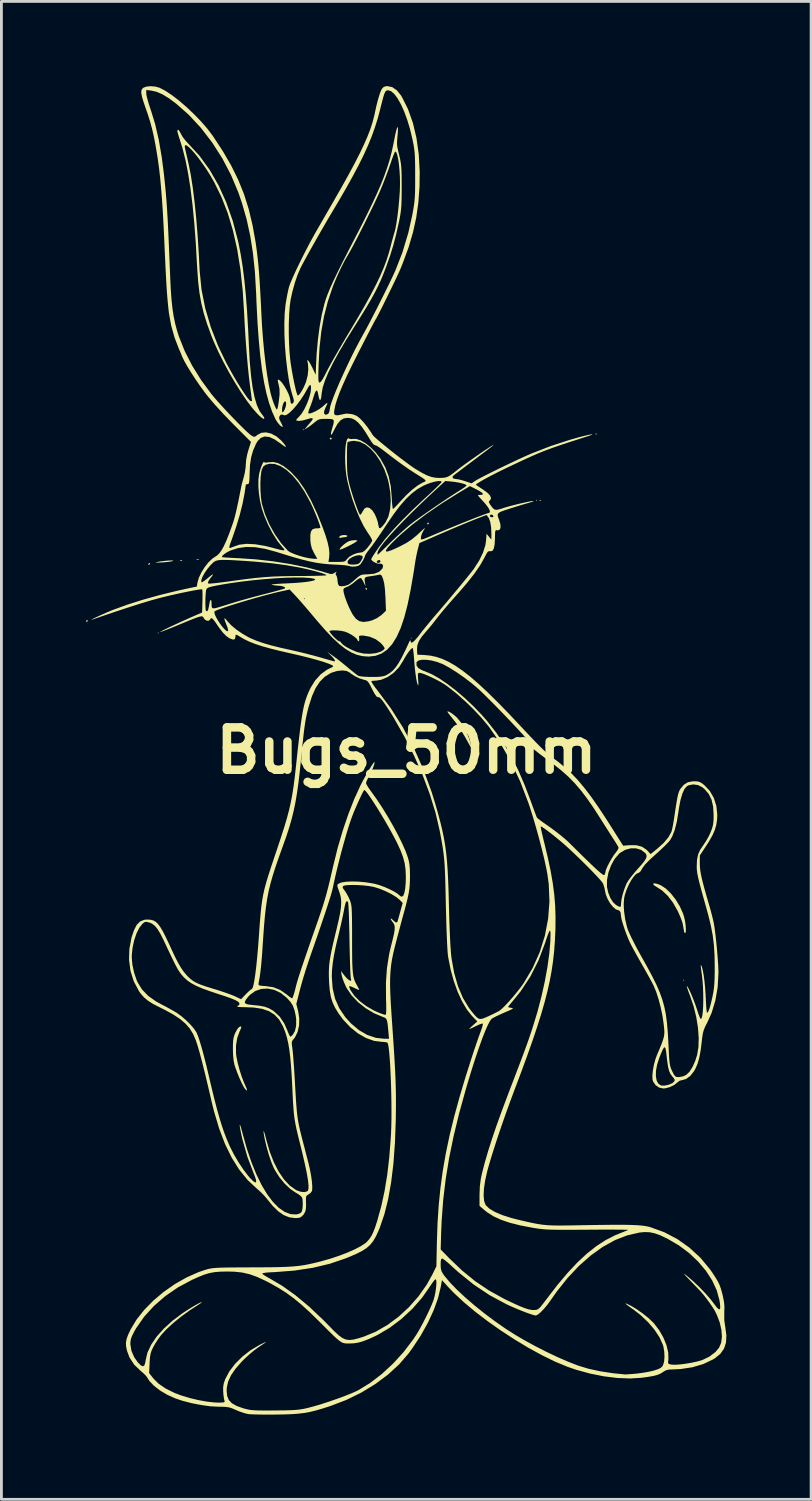
<source format=kicad_pcb>
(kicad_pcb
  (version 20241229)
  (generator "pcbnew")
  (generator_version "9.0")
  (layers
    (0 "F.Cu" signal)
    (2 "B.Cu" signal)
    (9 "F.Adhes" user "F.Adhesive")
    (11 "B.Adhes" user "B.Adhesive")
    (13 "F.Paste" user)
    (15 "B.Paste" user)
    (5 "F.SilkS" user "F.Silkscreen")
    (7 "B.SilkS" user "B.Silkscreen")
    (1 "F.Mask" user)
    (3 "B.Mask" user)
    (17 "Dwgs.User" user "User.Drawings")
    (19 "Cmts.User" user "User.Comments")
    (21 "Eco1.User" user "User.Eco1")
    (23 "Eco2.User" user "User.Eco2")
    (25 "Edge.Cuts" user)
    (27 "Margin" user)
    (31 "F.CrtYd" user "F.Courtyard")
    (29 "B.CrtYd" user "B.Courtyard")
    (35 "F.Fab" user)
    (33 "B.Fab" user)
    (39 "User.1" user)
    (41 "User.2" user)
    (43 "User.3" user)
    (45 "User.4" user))
  (footprint "Bugs_50mm"
    (layer "F.Cu")
    (at 11.342 23.528)
    (property "Reference" "Bugs_50mm" (at 0 0 0) (layer "F.SilkS") (effects (font (size 1.5 1.5) (thickness 0.3))))
    (attr board_only exclude_from_pos_files exclude_from_bom)
    (fp_poly (pts (xy -8.773 -4.166) (xy -8.791 -4.148) (xy -8.809 -4.166) (xy -8.791 -4.184)) (stroke (width 0) (type solid)) (fill yes) (layer "F.SilkS"))
    (fp_poly (pts (xy -3.634 -11.36) (xy -3.652 -11.342) (xy -3.671 -11.36) (xy -3.652 -11.379)) (stroke (width 0) (type solid)) (fill yes) (layer "F.SilkS"))
    (fp_poly (pts (xy 0.184 -3.983) (xy 0.165 -3.964) (xy 0.147 -3.983) (xy 0.165 -4.001)) (stroke (width 0) (type solid)) (fill yes) (layer "F.SilkS"))
    (fp_poly (pts (xy 4.625 -8.864) (xy 4.607 -8.846) (xy 4.588 -8.864) (xy 4.607 -8.883)) (stroke (width 0) (type solid)) (fill yes) (layer "F.SilkS"))
    (fp_poly (pts (xy 9.837 8.13) (xy 9.819 8.149) (xy 9.8 8.13) (xy 9.819 8.112)) (stroke (width 0) (type solid)) (fill yes) (layer "F.SilkS"))
    (fp_poly (pts (xy -7.938 -6.739) (xy -7.949 -6.723) (xy -7.986 -6.72) (xy -8.026 -6.729) (xy -8.009 -6.742) (xy -7.951 -6.747)) (stroke (width 0) (type solid)) (fill yes) (layer "F.SilkS"))
    (fp_poly (pts (xy -7.351 -6.776) (xy -7.362 -6.759) (xy -7.399 -6.757) (xy -7.438 -6.766) (xy -7.421 -6.779) (xy -7.364 -6.783)) (stroke (width 0) (type solid)) (fill yes) (layer "F.SilkS"))
    (fp_poly (pts (xy 4.759 -8.87) (xy 4.754 -8.849) (xy 4.735 -8.846) (xy 4.705 -8.859) (xy 4.711 -8.87) (xy 4.754 -8.875)) (stroke (width 0) (type solid)) (fill yes) (layer "F.SilkS"))
    (fp_poly (pts (xy 6.742 -11.22) (xy 6.736 -11.198) (xy 6.717 -11.195) (xy 6.687 -11.209) (xy 6.693 -11.22) (xy 6.736 -11.224)) (stroke (width 0) (type solid)) (fill yes) (layer "F.SilkS"))
    (fp_poly (pts (xy -11.281 -4.602) (xy -11.287 -4.588) (xy -11.32 -4.553) (xy -11.326 -4.551) (xy -11.341 -4.58) (xy -11.342 -4.588) (xy -11.314 -4.623) (xy -11.303 -4.625)) (stroke (width 0) (type solid)) (fill yes) (layer "F.SilkS"))
    (fp_poly (pts (xy -9.079 -6.621) (xy -9.085 -6.607) (xy -9.118 -6.572) (xy -9.123 -6.57) (xy -9.139 -6.599) (xy -9.14 -6.607) (xy -9.111 -6.642) (xy -9.101 -6.644)) (stroke (width 0) (type solid)) (fill yes) (layer "F.SilkS"))
    (fp_poly (pts (xy -2.644 -11.057) (xy -2.643 -11.048) (xy -2.671 -11.013) (xy -2.679 -11.012) (xy -2.715 -11.039) (xy -2.716 -11.048) (xy -2.688 -11.084) (xy -2.679 -11.085)) (stroke (width 0) (type solid)) (fill yes) (layer "F.SilkS"))
    (fp_poly (pts (xy -1.396 -5.736) (xy -1.395 -5.726) (xy -1.407 -5.69) (xy -1.411 -5.689) (xy -1.442 -5.715) (xy -1.45 -5.726) (xy -1.447 -5.76) (xy -1.434 -5.763)) (stroke (width 0) (type solid)) (fill yes) (layer "F.SilkS"))
    (fp_poly (pts (xy 0.795 -8.053) (xy 0.789 -8.038) (xy 0.756 -8.003) (xy 0.75 -8.002) (xy 0.735 -8.03) (xy 0.734 -8.038) (xy 0.762 -8.074) (xy 0.773 -8.075)) (stroke (width 0) (type solid)) (fill yes) (layer "F.SilkS"))
    (fp_poly (pts (xy -2.155 -7.632) (xy -2.1 -7.613) (xy -2.092 -7.598) (xy -2.123 -7.567) (xy -2.156 -7.561) (xy -2.245 -7.551) (xy -2.303 -7.538) (xy -2.367 -7.534) (xy -2.386 -7.553) (xy -2.356 -7.597) (xy -2.328 -7.612) (xy -2.241 -7.632)) (stroke (width 0) (type solid)) (fill yes) (layer "F.SilkS"))
    (fp_poly (pts (xy -8.272 -6.73) (xy -8.259 -6.718) (xy -8.264 -6.715) (xy -8.326 -6.698) (xy -8.441 -6.681) (xy -8.588 -6.667) (xy -8.649 -6.663) (xy -8.794 -6.657) (xy -8.867 -6.657) (xy -8.872 -6.665) (xy -8.828 -6.677) (xy -8.704 -6.699) (xy -8.571 -6.716) (xy -8.444 -6.728) (xy -8.339 -6.733)) (stroke (width 0) (type solid)) (fill yes) (layer "F.SilkS"))
    (fp_poly (pts (xy -1.781 -7.449) (xy -1.741 -7.436) (xy -1.745 -7.42) (xy -1.811 -7.374) (xy -1.913 -7.315) (xy -2.035 -7.251) (xy -2.158 -7.192) (xy -2.266 -7.144) (xy -2.341 -7.118) (xy -2.365 -7.117) (xy -2.352 -7.159) (xy -2.295 -7.225) (xy -2.212 -7.3) (xy -2.119 -7.369) (xy -2.035 -7.415) (xy -2.031 -7.417) (xy -1.948 -7.439) (xy -1.858 -7.449)) (stroke (width 0) (type solid)) (fill yes) (layer "F.SilkS"))
    (fp_poly (pts (xy 1.491 -1.383) (xy 1.571 -1.341) (xy 1.67 -1.271) (xy 1.77 -1.184) (xy 1.803 -1.15) (xy 1.976 -0.939) (xy 2.111 -0.701) (xy 2.221 -0.417) (xy 2.269 -0.261) (xy 2.293 -0.16) (xy 2.292 -0.118) (xy 2.268 -0.138) (xy 2.233 -0.198) (xy 2.072 -0.488) (xy 1.906 -0.758) (xy 1.747 -0.99) (xy 1.633 -1.135) (xy 1.544 -1.244) (xy 1.479 -1.33) (xy 1.448 -1.38) (xy 1.447 -1.386)) (stroke (width 0) (type solid)) (fill yes) (layer "F.SilkS"))
    (fp_poly (pts (xy 8.919 4.732) (xy 9.011 4.772) (xy 9.189 4.889) (xy 9.367 5.063) (xy 9.535 5.278) (xy 9.681 5.518) (xy 9.793 5.768) (xy 9.836 5.903) (xy 9.864 6.034) (xy 9.884 6.173) (xy 9.894 6.302) (xy 9.893 6.403) (xy 9.879 6.456) (xy 9.872 6.46) (xy 9.835 6.438) (xy 9.834 6.433) (xy 9.826 6.377) (xy 9.818 6.332) (xy 9.802 6.245) (xy 9.783 6.135) (xy 9.782 6.13) (xy 9.756 6.041) (xy 9.706 5.909) (xy 9.639 5.754) (xy 9.596 5.663) (xy 9.436 5.382) (xy 9.251 5.141) (xy 9.051 4.952) (xy 8.89 4.849) (xy 8.781 4.782) (xy 8.736 4.732) (xy 8.749 4.704) (xy 8.812 4.703)) (stroke (width 0) (type solid)) (fill yes) (layer "F.SilkS"))
    (fp_poly (pts (xy -5.847 9.778) (xy -5.852 9.816) (xy -5.885 9.896) (xy -5.905 9.938) (xy -5.99 10.17) (xy -6.035 10.438) (xy -6.035 10.717) (xy -6.023 10.824) (xy -5.978 11.05) (xy -5.911 11.301) (xy -5.832 11.549) (xy -5.748 11.767) (xy -5.703 11.865) (xy -5.656 11.974) (xy -5.648 12.03) (xy -5.673 12.029) (xy -5.728 11.964) (xy -5.756 11.92) (xy -5.824 11.792) (xy -5.904 11.619) (xy -5.984 11.424) (xy -6.055 11.233) (xy -6.086 11.14) (xy -6.119 10.985) (xy -6.139 10.774) (xy -6.145 10.571) (xy -6.143 10.383) (xy -6.134 10.246) (xy -6.114 10.139) (xy -6.081 10.04) (xy -6.061 9.996) (xy -5.993 9.87) (xy -5.926 9.791) (xy -5.868 9.767)) (stroke (width 0) (type solid)) (fill yes) (layer "F.SilkS"))
    (fp_poly (pts (xy -8.064 -21.971) (xy -8.017 -21.902) (xy -7.982 -21.83) (xy -7.919 -21.723) (xy -7.822 -21.597) (xy -7.723 -21.491) (xy -7.327 -21.06) (xy -6.971 -20.569) (xy -6.655 -20.019) (xy -6.381 -19.414) (xy -6.15 -18.755) (xy -5.963 -18.044) (xy -5.95 -17.986) (xy -5.871 -17.586) (xy -5.801 -17.151) (xy -5.741 -16.674) (xy -5.689 -16.147) (xy -5.644 -15.566) (xy -5.606 -14.923) (xy -5.578 -14.325) (xy -5.548 -13.768) (xy -5.504 -13.28) (xy -5.448 -12.862) (xy -5.379 -12.514) (xy -5.297 -12.236) (xy -5.203 -12.03) (xy -5.151 -11.954) (xy -5.083 -11.863) (xy -5.038 -11.795) (xy -5.029 -11.773) (xy -5.05 -11.745) (xy -5.112 -11.774) (xy -5.213 -11.861) (xy -5.277 -11.924) (xy -5.456 -12.127) (xy -5.652 -12.387) (xy -5.86 -12.693) (xy -6.072 -13.032) (xy -6.282 -13.392) (xy -6.482 -13.763) (xy -6.665 -14.131) (xy -6.825 -14.486) (xy -6.916 -14.712) (xy -7.061 -15.113) (xy -7.176 -15.483) (xy -7.264 -15.841) (xy -7.329 -16.207) (xy -7.375 -16.601) (xy -7.407 -17.043) (xy -7.414 -17.16) (xy -7.458 -17.945) (xy -7.511 -18.662) (xy -7.574 -19.312) (xy -7.646 -19.899) (xy -7.729 -20.426) (xy -7.822 -20.898) (xy -7.927 -21.317) (xy -7.95 -21.393) (xy -7.851 -21.393) (xy -7.845 -21.353) (xy -7.831 -21.289) (xy -7.804 -21.168) (xy -7.767 -21.006) (xy -7.725 -20.82) (xy -7.71 -20.757) (xy -7.635 -20.377) (xy -7.565 -19.928) (xy -7.501 -19.414) (xy -7.443 -18.84) (xy -7.392 -18.208) (xy -7.349 -17.524) (xy -7.321 -16.976) (xy -7.257 -16.328) (xy -7.125 -15.665) (xy -6.928 -14.995) (xy -6.668 -14.326) (xy -6.382 -13.733) (xy -6.245 -13.481) (xy -6.106 -13.236) (xy -5.969 -13.005) (xy -5.839 -12.798) (xy -5.723 -12.623) (xy -5.625 -12.487) (xy -5.551 -12.4) (xy -5.506 -12.37) (xy -5.47 -12.38) (xy -5.469 -12.383) (xy -5.474 -12.422) (xy -5.487 -12.521) (xy -5.506 -12.666) (xy -5.53 -12.844) (xy -5.54 -12.924) (xy -5.578 -13.235) (xy -5.616 -13.601) (xy -5.652 -14.004) (xy -5.685 -14.426) (xy -5.713 -14.848) (xy -5.736 -15.252) (xy -5.743 -15.416) (xy -5.795 -16.256) (xy -5.878 -17.034) (xy -5.994 -17.753) (xy -6.144 -18.417) (xy -6.328 -19.031) (xy -6.549 -19.598) (xy -6.805 -20.123) (xy -6.943 -20.363) (xy -7.083 -20.585) (xy -7.225 -20.792) (xy -7.364 -20.981) (xy -7.494 -21.144) (xy -7.612 -21.277) (xy -7.712 -21.374) (xy -7.788 -21.43) (xy -7.837 -21.438) (xy -7.851 -21.393) (xy -7.95 -21.393) (xy -8.023 -21.626) (xy -8.066 -21.76) (xy -8.098 -21.869) (xy -8.112 -21.934) (xy -8.112 -21.938) (xy -8.099 -21.985)) (stroke (width 0) (type solid)) (fill yes) (layer "F.SilkS"))
    (fp_poly (pts (xy -0.502 -23.492) (xy -0.343 -23.383) (xy -0.196 -23.203) (xy -0.163 -23.15) (xy 0.054 -22.718) (xy 0.227 -22.231) (xy 0.354 -21.695) (xy 0.436 -21.113) (xy 0.47 -20.49) (xy 0.463 -19.968) (xy 0.422 -19.407) (xy 0.347 -18.873) (xy 0.231 -18.347) (xy 0.073 -17.812) (xy -0.134 -17.249) (xy -0.2 -17.086) (xy -0.247 -16.978) (xy -0.317 -16.825) (xy -0.405 -16.639) (xy -0.506 -16.429) (xy -0.613 -16.209) (xy -0.722 -15.987) (xy -0.826 -15.776) (xy -0.922 -15.586) (xy -1.003 -15.428) (xy -1.063 -15.314) (xy -1.099 -15.254) (xy -1.101 -15.251) (xy -1.123 -15.211) (xy -1.176 -15.113) (xy -1.253 -14.965) (xy -1.351 -14.775) (xy -1.467 -14.551) (xy -1.595 -14.3) (xy -1.704 -14.088) (xy -1.923 -13.653) (xy -2.105 -13.276) (xy -2.253 -12.95) (xy -2.37 -12.671) (xy -2.457 -12.433) (xy -2.518 -12.231) (xy -2.553 -12.06) (xy -2.563 -11.958) (xy -2.551 -11.905) (xy -2.511 -11.879) (xy -2.504 -11.877) (xy -2.418 -11.873) (xy -2.329 -11.893) (xy -2.125 -11.934) (xy -1.914 -11.912) (xy -1.762 -11.852) (xy -1.652 -11.767) (xy -1.521 -11.63) (xy -1.383 -11.457) (xy -1.248 -11.26) (xy -1.197 -11.177) (xy -1.151 -11.125) (xy -1.056 -11.038) (xy -0.921 -10.922) (xy -0.757 -10.787) (xy -0.574 -10.639) (xy -0.381 -10.487) (xy -0.189 -10.339) (xy -0.006 -10.202) (xy 0.156 -10.083) (xy 0.288 -9.992) (xy 0.325 -9.969) (xy 0.547 -9.836) (xy 0.729 -9.744) (xy 0.888 -9.688) (xy 1.039 -9.66) (xy 1.163 -9.655) (xy 1.286 -9.657) (xy 1.382 -9.669) (xy 1.467 -9.698) (xy 1.559 -9.751) (xy 1.675 -9.836) (xy 1.819 -9.951) (xy 1.925 -10.032) (xy 2.073 -10.141) (xy 2.248 -10.267) (xy 2.438 -10.4) (xy 2.626 -10.531) (xy 2.8 -10.649) (xy 2.943 -10.743) (xy 3.043 -10.805) (xy 3.047 -10.807) (xy 3.081 -10.823) (xy 3.059 -10.798) (xy 2.983 -10.736) (xy 2.857 -10.639) (xy 2.808 -10.602) (xy 2.684 -10.509) (xy 2.533 -10.395) (xy 2.365 -10.268) (xy 2.192 -10.138) (xy 2.026 -10.013) (xy 1.878 -9.901) (xy 1.76 -9.812) (xy 1.683 -9.753) (xy 1.664 -9.738) (xy 1.627 -9.684) (xy 1.654 -9.639) (xy 1.736 -9.617) (xy 1.752 -9.617) (xy 1.837 -9.605) (xy 1.962 -9.575) (xy 2.078 -9.539) (xy 2.308 -9.462) (xy 2.42 -9.541) (xy 2.495 -9.587) (xy 2.625 -9.657) (xy 2.801 -9.748) (xy 3.01 -9.853) (xy 3.242 -9.967) (xy 3.486 -10.085) (xy 3.732 -10.202) (xy 3.967 -10.313) (xy 4.182 -10.411) (xy 4.364 -10.492) (xy 4.423 -10.517) (xy 5.111 -10.784) (xy 5.802 -11.009) (xy 6.145 -11.105) (xy 6.327 -11.151) (xy 6.465 -11.182) (xy 6.554 -11.198) (xy 6.588 -11.198) (xy 6.562 -11.181) (xy 6.472 -11.148) (xy 6.423 -11.132) (xy 6.047 -11.011) (xy 5.729 -10.908) (xy 5.459 -10.819) (xy 5.224 -10.738) (xy 5.015 -10.662) (xy 4.819 -10.587) (xy 4.625 -10.507) (xy 4.423 -10.418) (xy 4.2 -10.317) (xy 3.945 -10.198) (xy 3.648 -10.058) (xy 3.56 -10.016) (xy 3.328 -9.904) (xy 3.105 -9.791) (xy 2.9 -9.685) (xy 2.724 -9.589) (xy 2.586 -9.508) (xy 2.494 -9.449) (xy 2.459 -9.416) (xy 2.459 -9.415) (xy 2.488 -9.391) (xy 2.564 -9.339) (xy 2.672 -9.269) (xy 2.699 -9.251) (xy 2.861 -9.135) (xy 2.961 -9.03) (xy 2.996 -8.94) (xy 2.965 -8.868) (xy 2.953 -8.858) (xy 2.92 -8.826) (xy 2.922 -8.785) (xy 2.961 -8.717) (xy 2.997 -8.665) (xy 3.065 -8.578) (xy 3.127 -8.533) (xy 3.205 -8.525) (xy 3.317 -8.551) (xy 3.419 -8.584) (xy 3.535 -8.621) (xy 3.687 -8.663) (xy 3.859 -8.707) (xy 4.035 -8.75) (xy 4.203 -8.787) (xy 4.345 -8.817) (xy 4.449 -8.835) (xy 4.498 -8.838) (xy 4.499 -8.837) (xy 4.478 -8.819) (xy 4.404 -8.792) (xy 4.341 -8.775) (xy 4.24 -8.746) (xy 4.087 -8.701) (xy 3.905 -8.645) (xy 3.711 -8.584) (xy 3.689 -8.577) (xy 3.492 -8.514) (xy 3.357 -8.465) (xy 3.274 -8.422) (xy 3.235 -8.375) (xy 3.232 -8.316) (xy 3.256 -8.235) (xy 3.289 -8.147) (xy 3.329 -8.003) (xy 3.331 -7.888) (xy 3.298 -7.817) (xy 3.231 -7.798) (xy 3.22 -7.801) (xy 3.18 -7.807) (xy 3.156 -7.793) (xy 3.142 -7.744) (xy 3.137 -7.647) (xy 3.134 -7.514) (xy 3.123 -7.304) (xy 3.096 -7.161) (xy 3.052 -7.08) (xy 2.987 -7.056) (xy 2.961 -7.06) (xy 2.916 -7.061) (xy 2.874 -7.032) (xy 2.827 -6.96) (xy 2.762 -6.833) (xy 2.759 -6.827) (xy 2.611 -6.564) (xy 2.406 -6.266) (xy 2.142 -5.931) (xy 1.869 -5.614) (xy 1.624 -5.339) (xy 1.423 -5.107) (xy 1.256 -4.909) (xy 1.116 -4.735) (xy 1.003 -4.588) (xy 0.895 -4.451) (xy 0.776 -4.308) (xy 0.7 -4.221) (xy 0.542 -4.033) (xy 0.439 -3.872) (xy 0.385 -3.724) (xy 0.374 -3.578) (xy 0.374 -3.572) (xy 0.385 -3.395) (xy 0.624 -3.385) (xy 0.839 -3.364) (xy 1.054 -3.318) (xy 1.272 -3.245) (xy 1.498 -3.141) (xy 1.735 -3.004) (xy 1.988 -2.829) (xy 2.261 -2.616) (xy 2.557 -2.36) (xy 2.881 -2.058) (xy 3.237 -1.707) (xy 3.627 -1.306) (xy 4.058 -0.849) (xy 4.182 -0.716) (xy 4.377 -0.508) (xy 4.566 -0.311) (xy 4.741 -0.134) (xy 4.894 0.015) (xy 5.015 0.128) (xy 5.097 0.195) (xy 5.099 0.197) (xy 5.366 0.392) (xy 5.613 0.595) (xy 5.848 0.812) (xy 6.076 1.053) (xy 6.304 1.325) (xy 6.541 1.636) (xy 6.791 1.993) (xy 7.063 2.405) (xy 7.206 2.629) (xy 7.673 3.368) (xy 7.906 3.35) (xy 8.148 3.352) (xy 8.344 3.406) (xy 8.501 3.512) (xy 8.534 3.545) (xy 8.645 3.666) (xy 8.882 3.475) (xy 9.109 3.27) (xy 9.276 3.071) (xy 9.379 2.884) (xy 9.396 2.835) (xy 9.418 2.738) (xy 9.446 2.593) (xy 9.474 2.423) (xy 9.488 2.331) (xy 9.529 2.052) (xy 9.564 1.835) (xy 9.593 1.672) (xy 9.62 1.551) (xy 9.647 1.462) (xy 9.676 1.397) (xy 9.703 1.353) (xy 9.826 1.207) (xy 9.963 1.122) (xy 10.135 1.089) (xy 10.178 1.087) (xy 10.299 1.091) (xy 10.389 1.114) (xy 10.478 1.168) (xy 10.549 1.225) (xy 10.741 1.428) (xy 10.885 1.679) (xy 10.975 1.964) (xy 11.007 2.274) (xy 11 2.44) (xy 10.972 2.631) (xy 10.919 2.812) (xy 10.835 3.002) (xy 10.713 3.217) (xy 10.614 3.372) (xy 10.388 3.715) (xy 10.388 3.997) (xy 10.392 4.117) (xy 10.405 4.246) (xy 10.431 4.396) (xy 10.47 4.575) (xy 10.526 4.793) (xy 10.599 5.059) (xy 10.693 5.383) (xy 10.718 5.469) (xy 10.773 5.661) (xy 10.825 5.86) (xy 10.867 6.035) (xy 10.883 6.111) (xy 10.911 6.281) (xy 10.94 6.505) (xy 10.969 6.764) (xy 10.996 7.04) (xy 11.019 7.314) (xy 11.037 7.567) (xy 11.047 7.78) (xy 11.048 7.877) (xy 11.021 8.374) (xy 10.94 8.846) (xy 10.809 9.281) (xy 10.66 9.614) (xy 10.58 9.769) (xy 10.528 9.896) (xy 10.494 10.022) (xy 10.471 10.175) (xy 10.458 10.293) (xy 10.418 10.617) (xy 10.368 10.881) (xy 10.306 11.096) (xy 10.228 11.275) (xy 10.184 11.351) (xy 10.053 11.517) (xy 9.907 11.626) (xy 9.757 11.672) (xy 9.736 11.672) (xy 9.66 11.698) (xy 9.595 11.751) (xy 9.478 11.843) (xy 9.321 11.918) (xy 9.159 11.96) (xy 9.097 11.965) (xy 8.948 11.933) (xy 8.821 11.845) (xy 8.735 11.72) (xy 8.715 11.655) (xy 8.709 11.533) (xy 8.832 11.533) (xy 8.862 11.691) (xy 8.927 11.804) (xy 9.024 11.861) (xy 9.038 11.864) (xy 9.161 11.861) (xy 9.3 11.828) (xy 9.416 11.775) (xy 9.442 11.755) (xy 9.494 11.699) (xy 9.497 11.648) (xy 9.45 11.58) (xy 9.415 11.54) (xy 9.352 11.456) (xy 9.303 11.349) (xy 9.266 11.206) (xy 9.236 11.012) (xy 9.217 10.85) (xy 9.197 10.668) (xy 9.175 10.553) (xy 9.149 10.504) (xy 9.113 10.523) (xy 9.065 10.61) (xy 8.998 10.766) (xy 8.952 10.883) (xy 8.876 11.119) (xy 8.836 11.339) (xy 8.832 11.533) (xy 8.709 11.533) (xy 8.708 11.516) (xy 8.725 11.333) (xy 8.762 11.13) (xy 8.815 10.932) (xy 8.862 10.803) (xy 8.96 10.57) (xy 9.033 10.391) (xy 9.083 10.252) (xy 9.115 10.141) (xy 9.13 10.043) (xy 9.133 9.946) (xy 9.125 9.835) (xy 9.11 9.697) (xy 9.109 9.69) (xy 9.067 9.399) (xy 9.004 9.096) (xy 8.927 8.801) (xy 8.842 8.537) (xy 8.753 8.323) (xy 8.748 8.314) (xy 8.691 8.203) (xy 8.606 8.047) (xy 8.503 7.862) (xy 8.393 7.666) (xy 8.343 7.58) (xy 8.232 7.384) (xy 8.124 7.19) (xy 8.028 7.017) (xy 7.956 6.881) (xy 7.934 6.838) (xy 7.867 6.693) (xy 7.796 6.518) (xy 7.728 6.333) (xy 7.669 6.154) (xy 7.624 5.999) (xy 7.6 5.887) (xy 7.598 5.857) (xy 7.583 5.735) (xy 7.541 5.665) (xy 7.505 5.653) (xy 7.412 5.62) (xy 7.311 5.532) (xy 7.21 5.406) (xy 7.123 5.255) (xy 7.06 5.097) (xy 7.034 4.982) (xy 7.008 4.85) (xy 6.999 4.822) (xy 7.1 4.822) (xy 7.101 4.829) (xy 7.145 5.03) (xy 7.22 5.217) (xy 7.316 5.37) (xy 7.422 5.468) (xy 7.521 5.524) (xy 7.574 5.534) (xy 7.595 5.496) (xy 7.597 5.443) (xy 7.693 5.443) (xy 7.707 5.698) (xy 7.745 5.969) (xy 7.806 6.231) (xy 7.84 6.34) (xy 7.888 6.455) (xy 7.965 6.62) (xy 8.064 6.818) (xy 8.179 7.037) (xy 8.302 7.26) (xy 8.322 7.297) (xy 8.535 7.677) (xy 8.711 8.008) (xy 8.856 8.3) (xy 8.971 8.568) (xy 9.062 8.822) (xy 9.132 9.075) (xy 9.185 9.339) (xy 9.223 9.626) (xy 9.252 9.949) (xy 9.274 10.319) (xy 9.281 10.468) (xy 9.293 10.713) (xy 9.304 10.897) (xy 9.317 11.034) (xy 9.332 11.136) (xy 9.353 11.218) (xy 9.381 11.291) (xy 9.412 11.358) (xy 9.47 11.471) (xy 9.516 11.532) (xy 9.568 11.557) (xy 9.645 11.562) (xy 9.651 11.562) (xy 9.802 11.534) (xy 9.914 11.478) (xy 10.024 11.371) (xy 10.13 11.204) (xy 10.224 10.994) (xy 10.294 10.774) (xy 10.34 10.495) (xy 10.349 10.169) (xy 10.323 9.812) (xy 10.263 9.438) (xy 10.172 9.065) (xy 10.051 8.706) (xy 10.035 8.665) (xy 9.983 8.527) (xy 9.945 8.417) (xy 9.928 8.35) (xy 9.929 8.338) (xy 9.952 8.358) (xy 9.995 8.434) (xy 10.051 8.552) (xy 10.115 8.699) (xy 10.18 8.862) (xy 10.241 9.027) (xy 10.292 9.18) (xy 10.296 9.193) (xy 10.342 9.332) (xy 10.384 9.439) (xy 10.416 9.499) (xy 10.425 9.507) (xy 10.454 9.472) (xy 10.478 9.376) (xy 10.496 9.229) (xy 10.507 9.044) (xy 10.511 8.831) (xy 10.509 8.602) (xy 10.5 8.369) (xy 10.484 8.144) (xy 10.461 7.936) (xy 10.453 7.882) (xy 10.433 7.744) (xy 10.423 7.642) (xy 10.424 7.591) (xy 10.429 7.589) (xy 10.461 7.656) (xy 10.494 7.784) (xy 10.526 7.96) (xy 10.554 8.171) (xy 10.577 8.404) (xy 10.593 8.647) (xy 10.597 8.727) (xy 10.606 8.92) (xy 10.616 9.084) (xy 10.627 9.207) (xy 10.638 9.276) (xy 10.644 9.286) (xy 10.682 9.253) (xy 10.725 9.151) (xy 10.775 8.98) (xy 10.832 8.737) (xy 10.834 8.726) (xy 10.866 8.567) (xy 10.888 8.414) (xy 10.903 8.249) (xy 10.912 8.056) (xy 10.916 7.816) (xy 10.916 7.671) (xy 10.91 7.258) (xy 10.888 6.892) (xy 10.846 6.547) (xy 10.78 6.2) (xy 10.688 5.824) (xy 10.639 5.646) (xy 10.544 5.307) (xy 10.467 5.03) (xy 10.406 4.806) (xy 10.36 4.628) (xy 10.327 4.487) (xy 10.304 4.373) (xy 10.29 4.28) (xy 10.282 4.198) (xy 10.279 4.118) (xy 10.279 4.093) (xy 10.289 3.865) (xy 10.326 3.683) (xy 10.398 3.519) (xy 10.514 3.347) (xy 10.515 3.346) (xy 10.613 3.198) (xy 10.711 3.022) (xy 10.776 2.881) (xy 10.827 2.741) (xy 10.858 2.618) (xy 10.873 2.484) (xy 10.877 2.31) (xy 10.877 2.276) (xy 10.859 1.979) (xy 10.803 1.736) (xy 10.704 1.536) (xy 10.56 1.368) (xy 10.475 1.297) (xy 10.326 1.222) (xy 10.16 1.197) (xy 10.002 1.225) (xy 9.936 1.258) (xy 9.849 1.354) (xy 9.772 1.519) (xy 9.704 1.749) (xy 9.649 2.04) (xy 9.632 2.163) (xy 9.573 2.525) (xy 9.498 2.819) (xy 9.406 3.051) (xy 9.327 3.183) (xy 9.262 3.258) (xy 9.154 3.368) (xy 9.017 3.499) (xy 8.865 3.638) (xy 8.819 3.679) (xy 8.605 3.874) (xy 8.452 4.032) (xy 8.361 4.152) (xy 8.345 4.182) (xy 8.288 4.276) (xy 8.231 4.327) (xy 8.216 4.33) (xy 8.141 4.364) (xy 8.054 4.455) (xy 7.961 4.588) (xy 7.872 4.751) (xy 7.794 4.929) (xy 7.735 5.108) (xy 7.708 5.229) (xy 7.693 5.443) (xy 7.597 5.443) (xy 7.598 5.428) (xy 7.613 5.284) (xy 7.654 5.101) (xy 7.714 4.909) (xy 7.783 4.734) (xy 7.803 4.691) (xy 7.865 4.591) (xy 7.964 4.458) (xy 8.085 4.31) (xy 8.188 4.193) (xy 8.336 4.026) (xy 8.436 3.9) (xy 8.49 3.804) (xy 8.505 3.729) (xy 8.484 3.665) (xy 8.456 3.627) (xy 8.312 3.517) (xy 8.135 3.462) (xy 7.941 3.461) (xy 7.746 3.515) (xy 7.566 3.621) (xy 7.529 3.653) (xy 7.375 3.833) (xy 7.247 4.062) (xy 7.153 4.318) (xy 7.102 4.579) (xy 7.1 4.822) (xy 6.999 4.822) (xy 6.969 4.728) (xy 6.955 4.696) (xy 6.909 4.634) (xy 6.819 4.53) (xy 6.692 4.394) (xy 6.537 4.233) (xy 6.363 4.057) (xy 6.177 3.873) (xy 5.99 3.692) (xy 5.808 3.52) (xy 5.642 3.368) (xy 5.612 3.341) (xy 5.467 3.216) (xy 5.312 3.088) (xy 5.158 2.964) (xy 5.014 2.854) (xy 4.893 2.765) (xy 4.803 2.706) (xy 4.757 2.684) (xy 4.754 2.685) (xy 4.757 2.724) (xy 4.776 2.822) (xy 4.808 2.966) (xy 4.85 3.144) (xy 4.881 3.268) (xy 5.006 3.791) (xy 5.106 4.261) (xy 5.181 4.691) (xy 5.234 5.096) (xy 5.266 5.491) (xy 5.279 5.889) (xy 5.276 6.305) (xy 5.274 6.368) (xy 5.257 6.736) (xy 5.231 7.091) (xy 5.193 7.44) (xy 5.142 7.79) (xy 5.076 8.148) (xy 4.993 8.519) (xy 4.892 8.912) (xy 4.771 9.332) (xy 4.628 9.786) (xy 4.462 10.28) (xy 4.27 10.822) (xy 4.051 11.418) (xy 3.817 12.039) (xy 3.668 12.44) (xy 3.518 12.855) (xy 3.372 13.272) (xy 3.234 13.679) (xy 3.109 14.064) (xy 2.999 14.414) (xy 2.909 14.718) (xy 2.859 14.902) (xy 2.787 15.225) (xy 2.745 15.512) (xy 2.733 15.756) (xy 2.751 15.949) (xy 2.801 16.085) (xy 2.811 16.1) (xy 2.937 16.22) (xy 3.131 16.336) (xy 3.389 16.446) (xy 3.706 16.548) (xy 3.927 16.605) (xy 4.211 16.672) (xy 4.445 16.724) (xy 4.646 16.763) (xy 4.829 16.79) (xy 5.012 16.807) (xy 5.21 16.816) (xy 5.439 16.818) (xy 5.714 16.816) (xy 5.928 16.812) (xy 6.417 16.803) (xy 6.838 16.797) (xy 7.199 16.793) (xy 7.504 16.792) (xy 7.76 16.793) (xy 7.974 16.798) (xy 8.151 16.805) (xy 8.297 16.816) (xy 8.419 16.83) (xy 8.523 16.848) (xy 8.615 16.87) (xy 8.644 16.878) (xy 9.132 17.056) (xy 9.594 17.299) (xy 10.022 17.602) (xy 10.409 17.958) (xy 10.745 18.363) (xy 10.822 18.472) (xy 10.941 18.654) (xy 11.027 18.798) (xy 11.089 18.927) (xy 11.137 19.061) (xy 11.182 19.224) (xy 11.2 19.297) (xy 11.243 19.508) (xy 11.26 19.684) (xy 11.255 19.858) (xy 11.254 19.87) (xy 11.255 20.176) (xy 11.29 20.414) (xy 11.33 20.713) (xy 11.315 20.966) (xy 11.244 21.18) (xy 11.114 21.362) (xy 10.922 21.519) (xy 10.862 21.556) (xy 10.516 21.721) (xy 10.128 21.836) (xy 9.709 21.9) (xy 9.44 21.912) (xy 9.293 21.919) (xy 9.191 21.943) (xy 9.105 21.991) (xy 9.091 22.001) (xy 9.002 22.058) (xy 8.895 22.104) (xy 8.756 22.142) (xy 8.57 22.175) (xy 8.335 22.208) (xy 7.922 22.234) (xy 7.466 22.216) (xy 6.983 22.156) (xy 6.489 22.057) (xy 5.997 21.921) (xy 5.704 21.82) (xy 5.272 21.641) (xy 4.809 21.415) (xy 4.327 21.152) (xy 3.837 20.857) (xy 3.35 20.54) (xy 2.879 20.208) (xy 2.435 19.869) (xy 2.031 19.531) (xy 1.676 19.201) (xy 1.469 18.984) (xy 1.257 18.749) (xy 1.215 18.99) (xy 1.118 19.392) (xy 0.963 19.821) (xy 0.756 20.267) (xy 0.503 20.719) (xy 0.207 21.167) (xy 0.078 21.344) (xy -0.256 21.731) (xy -0.653 22.096) (xy -1.102 22.431) (xy -1.596 22.732) (xy -2.125 22.992) (xy -2.68 23.204) (xy -2.698 23.21) (xy -2.978 23.3) (xy -3.215 23.369) (xy -3.427 23.42) (xy -3.631 23.457) (xy -3.845 23.482) (xy -4.085 23.498) (xy -4.37 23.507) (xy -4.588 23.511) (xy -4.84 23.513) (xy -5.079 23.512) (xy -5.291 23.509) (xy -5.462 23.504) (xy -5.579 23.496) (xy -5.605 23.493) (xy -5.74 23.461) (xy -5.902 23.406) (xy -6.041 23.349) (xy -6.163 23.295) (xy -6.266 23.261) (xy -6.375 23.243) (xy -6.514 23.235) (xy -6.647 23.234) (xy -6.938 23.219) (xy -7.268 23.174) (xy -7.61 23.107) (xy -7.937 23.022) (xy -8.191 22.936) (xy -8.473 22.809) (xy -8.728 22.657) (xy -8.942 22.491) (xy -9.104 22.318) (xy -9.183 22.193) (xy -9.232 22.129) (xy -9.319 22.043) (xy -9.408 21.968) (xy -9.641 21.743) (xy -9.807 21.49) (xy -9.895 21.254) (xy -9.927 21.1) (xy -9.931 21.014) (xy -9.777 21.014) (xy -9.739 21.25) (xy -9.639 21.483) (xy -9.508 21.667) (xy -9.406 21.769) (xy -9.331 21.804) (xy -9.28 21.77) (xy -9.246 21.666) (xy -9.234 21.584) (xy -9.169 21.313) (xy -9.037 21.033) (xy -8.841 20.747) (xy -8.586 20.463) (xy -8.278 20.184) (xy -7.919 19.915) (xy -7.638 19.735) (xy -7.495 19.651) (xy -7.373 19.583) (xy -7.286 19.54) (xy -7.253 19.528) (xy -7.255 19.544) (xy -7.308 19.585) (xy -7.341 19.606) (xy -7.668 19.818) (xy -7.98 20.044) (xy -8.264 20.275) (xy -8.506 20.499) (xy -8.685 20.694) (xy -8.793 20.84) (xy -8.9 21.005) (xy -8.966 21.122) (xy -9.023 21.242) (xy -9.059 21.352) (xy -9.08 21.476) (xy -9.093 21.64) (xy -9.095 21.694) (xy -9.111 22.043) (xy -8.961 22.233) (xy -8.775 22.419) (xy -8.523 22.591) (xy -8.215 22.744) (xy -7.981 22.833) (xy -7.684 22.924) (xy -7.373 22.998) (xy -7.07 23.053) (xy -6.8 23.083) (xy -6.675 23.088) (xy -6.541 23.086) (xy -6.466 23.078) (xy -6.437 23.06) (xy -6.441 23.029) (xy -6.443 23.023) (xy -6.46 22.954) (xy -6.477 22.839) (xy -6.488 22.717) (xy -6.491 22.552) (xy -6.47 22.414) (xy -6.419 22.263) (xy -6.417 22.258) (xy -6.273 21.986) (xy -6.069 21.717) (xy -5.815 21.464) (xy -5.525 21.237) (xy -5.209 21.05) (xy -5.199 21.044) (xy -5.066 20.979) (xy -4.99 20.944) (xy -4.973 20.943) (xy -5.014 20.976) (xy -5.117 21.046) (xy -5.249 21.134) (xy -5.392 21.238) (xy -5.559 21.378) (xy -5.726 21.531) (xy -5.83 21.634) (xy -6.052 21.888) (xy -6.212 22.121) (xy -6.314 22.342) (xy -6.362 22.56) (xy -6.367 22.665) (xy -6.349 22.85) (xy -6.29 22.995) (xy -6.182 23.11) (xy -6.016 23.205) (xy -5.798 23.283) (xy -5.699 23.311) (xy -5.607 23.333) (xy -5.512 23.349) (xy -5.4 23.359) (xy -5.26 23.366) (xy -5.081 23.368) (xy -4.852 23.368) (xy -4.588 23.366) (xy -4.316 23.363) (xy -4.103 23.357) (xy -3.933 23.348) (xy -3.792 23.334) (xy -3.664 23.314) (xy -3.534 23.287) (xy -3.487 23.275) (xy -3.26 23.215) (xy -3 23.137) (xy -2.723 23.047) (xy -2.445 22.95) (xy -2.182 22.853) (xy -1.949 22.761) (xy -1.764 22.679) (xy -1.696 22.644) (xy -1.281 22.39) (xy -0.869 22.073) (xy -0.472 21.706) (xy -0.102 21.3) (xy 0.229 20.866) (xy 0.351 20.683) (xy 0.451 20.516) (xy 0.564 20.309) (xy 0.68 20.083) (xy 0.79 19.857) (xy 0.883 19.65) (xy 0.95 19.484) (xy 0.957 19.463) (xy 0.996 19.328) (xy 1.027 19.176) (xy 1.049 19.023) (xy 1.06 18.886) (xy 1.059 18.781) (xy 1.043 18.725) (xy 1.033 18.72) (xy 0.995 18.749) (xy 0.933 18.826) (xy 0.86 18.934) (xy 0.854 18.944) (xy 0.558 19.368) (xy 0.209 19.767) (xy -0.181 20.129) (xy -0.598 20.442) (xy -1.03 20.695) (xy -1.091 20.725) (xy -1.332 20.836) (xy -1.529 20.913) (xy -1.698 20.962) (xy -1.858 20.988) (xy -2.023 20.995) (xy -2.104 20.995) (xy -2.172 20.991) (xy -2.234 20.977) (xy -2.299 20.949) (xy -2.372 20.901) (xy -2.463 20.827) (xy -2.577 20.722) (xy -2.722 20.58) (xy -2.906 20.397) (xy -3.102 20.201) (xy -3.422 19.888) (xy -3.712 19.624) (xy -3.984 19.399) (xy -4.252 19.203) (xy -4.529 19.027) (xy -4.827 18.859) (xy -4.991 18.775) (xy -5.289 18.637) (xy -5.557 18.541) (xy -5.819 18.481) (xy -6.101 18.452) (xy -6.35 18.446) (xy -6.592 18.451) (xy -6.794 18.468) (xy -6.977 18.502) (xy -7.163 18.558) (xy -7.373 18.642) (xy -7.593 18.742) (xy -8.086 19.005) (xy -8.537 19.315) (xy -8.939 19.664) (xy -9.287 20.046) (xy -9.573 20.456) (xy -9.639 20.572) (xy -9.717 20.726) (xy -9.76 20.846) (xy -9.776 20.959) (xy -9.777 21.014) (xy -9.931 21.014) (xy -9.933 20.968) (xy -9.91 20.836) (xy -9.855 20.684) (xy -9.764 20.492) (xy -9.554 20.144) (xy -9.282 19.802) (xy -8.959 19.473) (xy -8.594 19.167) (xy -8.2 18.891) (xy -7.786 18.656) (xy -7.365 18.469) (xy -7.118 18.385) (xy -7.045 18.364) (xy -6.974 18.347) (xy -6.897 18.333) (xy -6.806 18.323) (xy -6.692 18.315) (xy -6.546 18.309) (xy -6.362 18.305) (xy -6.13 18.302) (xy -5.842 18.301) (xy -5.49 18.299) (xy -5.451 18.299) (xy -5.051 18.297) (xy -4.714 18.294) (xy -4.431 18.288) (xy -4.19 18.278) (xy -3.981 18.264) (xy -3.795 18.245) (xy -3.62 18.219) (xy -3.448 18.186) (xy -3.267 18.146) (xy -3.067 18.096) (xy -3.001 18.079) (xy -2.689 17.99) (xy -2.384 17.888) (xy -2.098 17.779) (xy -1.842 17.666) (xy -1.628 17.556) (xy -1.468 17.453) (xy -1.401 17.395) (xy -1.313 17.295) (xy -1.239 17.185) (xy -1.173 17.049) (xy -1.106 16.872) (xy -1.033 16.646) (xy -0.891 16.132) (xy -0.774 15.594) (xy -0.68 15.021) (xy -0.608 14.402) (xy -0.555 13.724) (xy -0.547 13.588) (xy -0.537 13.342) (xy -0.531 13.064) (xy -0.53 12.763) (xy -0.532 12.446) (xy -0.538 12.122) (xy -0.547 11.801) (xy -0.559 11.491) (xy -0.573 11.2) (xy -0.589 10.938) (xy -0.607 10.713) (xy -0.627 10.533) (xy -0.648 10.408) (xy -0.669 10.346) (xy -0.673 10.342) (xy -0.735 10.325) (xy -0.836 10.315) (xy -0.865 10.315) (xy -1.147 10.279) (xy -1.434 10.176) (xy -1.718 10.014) (xy -1.989 9.796) (xy -2.239 9.53) (xy -2.403 9.308) (xy -2.524 9.111) (xy -2.613 8.924) (xy -2.674 8.73) (xy -2.714 8.508) (xy -2.737 8.24) (xy -2.743 8.112) (xy -2.746 8.004) (xy -2.643 8.004) (xy -2.614 8.416) (xy -2.527 8.787) (xy -2.377 9.127) (xy -2.161 9.444) (xy -1.961 9.663) (xy -1.681 9.9) (xy -1.386 10.07) (xy -1.082 10.172) (xy -0.813 10.202) (xy -0.617 10.204) (xy -0.641 9.938) (xy -0.659 9.748) (xy -0.676 9.617) (xy -0.699 9.533) (xy -0.731 9.483) (xy -0.778 9.452) (xy -0.838 9.43) (xy -1.147 9.301) (xy -1.444 9.123) (xy -1.714 8.908) (xy -1.942 8.668) (xy -2.114 8.415) (xy -2.145 8.354) (xy -2.21 8.207) (xy -2.263 8.065) (xy -2.293 7.956) (xy -2.294 7.949) (xy -2.318 7.805) (xy -2.194 7.967) (xy -2.116 8.057) (xy -2.042 8.12) (xy -1.984 8.151) (xy -1.954 8.143) (xy -1.964 8.091) (xy -1.966 8.088) (xy -1.973 8.037) (xy -1.982 7.92) (xy -1.99 7.749) (xy -1.998 7.53) (xy -2.005 7.273) (xy -2.012 6.987) (xy -2.017 6.717) (xy -2.022 6.414) (xy -2.029 6.133) (xy -2.036 5.883) (xy -2.044 5.673) (xy -2.052 5.511) (xy -2.06 5.406) (xy -2.067 5.368) (xy -2.099 5.331) (xy -2.127 5.338) (xy -2.154 5.394) (xy -2.184 5.509) (xy -2.217 5.68) (xy -2.253 5.859) (xy -2.301 6.081) (xy -2.355 6.317) (xy -2.407 6.534) (xy -2.499 6.919) (xy -2.566 7.248) (xy -2.611 7.534) (xy -2.636 7.789) (xy -2.643 8.004) (xy -2.746 8.004) (xy -2.748 7.934) (xy -2.746 7.771) (xy -2.737 7.611) (xy -2.717 7.443) (xy -2.686 7.254) (xy -2.642 7.034) (xy -2.582 6.77) (xy -2.506 6.452) (xy -2.472 6.313) (xy -2.4 6.005) (xy -2.349 5.755) (xy -2.319 5.551) (xy -2.309 5.381) (xy -2.318 5.234) (xy -2.347 5.098) (xy -2.387 4.977) (xy -2.43 4.857) (xy -2.434 4.84) (xy -2.26 4.84) (xy -2.231 4.902) (xy -2.192 4.952) (xy -2.126 5.05) (xy -2.055 5.182) (xy -2.012 5.276) (xy -1.989 5.336) (xy -1.97 5.394) (xy -1.956 5.459) (xy -1.945 5.539) (xy -1.937 5.644) (xy -1.932 5.781) (xy -1.928 5.96) (xy -1.926 6.19) (xy -1.925 6.479) (xy -1.925 6.68) (xy -1.924 7.032) (xy -1.922 7.319) (xy -1.917 7.55) (xy -1.908 7.734) (xy -1.896 7.88) (xy -1.878 7.997) (xy -1.853 8.093) (xy -1.822 8.177) (xy -1.782 8.258) (xy -1.746 8.323) (xy -1.698 8.412) (xy -1.673 8.469) (xy -1.674 8.479) (xy -1.715 8.464) (xy -1.798 8.427) (xy -1.844 8.405) (xy -1.96 8.353) (xy -2.019 8.34) (xy -2.029 8.371) (xy -1.996 8.451) (xy -1.979 8.485) (xy -1.848 8.678) (xy -1.658 8.869) (xy -1.423 9.047) (xy -1.157 9.201) (xy -0.959 9.29) (xy -0.851 9.329) (xy -0.769 9.354) (xy -0.745 9.358) (xy -0.729 9.34) (xy -0.718 9.278) (xy -0.715 9.164) (xy -0.717 8.992) (xy -0.723 8.782) (xy -0.726 8.219) (xy -0.69 7.701) (xy -0.613 7.21) (xy -0.543 6.911) (xy -0.482 6.669) (xy -0.44 6.486) (xy -0.418 6.35) (xy -0.414 6.25) (xy -0.427 6.175) (xy -0.458 6.112) (xy -0.496 6.063) (xy -0.551 5.983) (xy -0.557 5.947) (xy -0.518 5.963) (xy -0.459 6.02) (xy -0.382 6.084) (xy -0.332 6.08) (xy -0.314 6.047) (xy -0.299 5.992) (xy -0.269 5.887) (xy -0.231 5.749) (xy -0.217 5.698) (xy -0.133 5.396) (xy -0.238 5.287) (xy -0.358 5.188) (xy -0.529 5.083) (xy -0.73 4.982) (xy -0.94 4.895) (xy -1.139 4.833) (xy -1.179 4.823) (xy -1.337 4.796) (xy -1.52 4.775) (xy -1.711 4.763) (xy -1.895 4.758) (xy -2.055 4.762) (xy -2.175 4.774) (xy -2.24 4.795) (xy -2.242 4.797) (xy -2.26 4.84) (xy -2.434 4.84) (xy -2.447 4.786) (xy -2.44 4.745) (xy -2.408 4.715) (xy -2.407 4.714) (xy -2.304 4.671) (xy -2.143 4.645) (xy -1.94 4.635) (xy -1.708 4.64) (xy -1.461 4.662) (xy -1.213 4.7) (xy -1.103 4.723) (xy -0.945 4.768) (xy -0.768 4.834) (xy -0.592 4.912) (xy -0.435 4.992) (xy -0.318 5.066) (xy -0.272 5.105) (xy -0.207 5.159) (xy -0.161 5.175) (xy -0.113 5.14) (xy -0.074 5.041) (xy -0.044 4.885) (xy -0.026 4.683) (xy -0.021 4.46) (xy -0.032 4.213) (xy -0.063 3.988) (xy -0.122 3.765) (xy -0.212 3.527) (xy -0.339 3.254) (xy -0.384 3.165) (xy -0.498 2.951) (xy -0.625 2.721) (xy -0.761 2.485) (xy -0.9 2.252) (xy -1.036 2.03) (xy -1.165 1.828) (xy -1.28 1.655) (xy -1.376 1.519) (xy -1.448 1.43) (xy -1.491 1.395) (xy -1.492 1.395) (xy -1.517 1.427) (xy -1.563 1.513) (xy -1.625 1.64) (xy -1.697 1.795) (xy -1.772 1.965) (xy -1.845 2.135) (xy -1.909 2.294) (xy -1.944 2.386) (xy -2.03 2.638) (xy -2.125 2.947) (xy -2.224 3.295) (xy -2.325 3.666) (xy -2.421 4.045) (xy -2.51 4.416) (xy -2.586 4.761) (xy -2.607 4.863) (xy -2.638 4.989) (xy -2.695 5.182) (xy -2.778 5.444) (xy -2.886 5.773) (xy -3.02 6.169) (xy -3.179 6.632) (xy -3.364 7.162) (xy -3.394 7.249) (xy -3.482 7.507) (xy -3.572 7.784) (xy -3.656 8.057) (xy -3.727 8.303) (xy -3.769 8.461) (xy -3.9 8.974) (xy -3.835 9.224) (xy -3.795 9.479) (xy -3.802 9.73) (xy -3.853 9.96) (xy -3.946 10.152) (xy -4.004 10.226) (xy -4.043 10.276) (xy -4.06 10.331) (xy -4.057 10.415) (xy -4.04 10.538) (xy -4.028 10.638) (xy -4.013 10.798) (xy -3.997 11.007) (xy -3.979 11.252) (xy -3.962 11.521) (xy -3.946 11.801) (xy -3.926 12.142) (xy -3.909 12.423) (xy -3.891 12.655) (xy -3.873 12.85) (xy -3.851 13.021) (xy -3.825 13.18) (xy -3.792 13.339) (xy -3.752 13.511) (xy -3.702 13.707) (xy -3.688 13.764) (xy -3.63 13.986) (xy -3.57 14.219) (xy -3.513 14.438) (xy -3.468 14.611) (xy -3.416 14.836) (xy -3.375 15.058) (xy -3.347 15.262) (xy -3.334 15.434) (xy -3.338 15.557) (xy -3.346 15.597) (xy -3.4 15.669) (xy -3.47 15.717) (xy -3.53 15.754) (xy -3.556 15.807) (xy -3.56 15.902) (xy -3.559 15.928) (xy -3.554 16.111) (xy -3.562 16.24) (xy -3.587 16.334) (xy -3.632 16.412) (xy -3.655 16.441) (xy -3.723 16.51) (xy -3.793 16.543) (xy -3.898 16.553) (xy -3.94 16.554) (xy -4.146 16.528) (xy -4.343 16.45) (xy -4.539 16.315) (xy -4.74 16.117) (xy -4.937 15.875) (xy -5.04 15.754) (xy -5.172 15.621) (xy -5.29 15.517) (xy -5.619 15.211) (xy -5.916 14.846) (xy -6.184 14.421) (xy -6.422 13.935) (xy -6.632 13.384) (xy -6.816 12.767) (xy -6.9 12.425) (xy -7.023 11.895) (xy -7.134 11.431) (xy -7.234 11.034) (xy -7.321 10.705) (xy -7.396 10.447) (xy -7.458 10.259) (xy -7.458 10.257) (xy -7.553 10.037) (xy -7.672 9.843) (xy -7.823 9.669) (xy -8.016 9.505) (xy -8.258 9.345) (xy -8.558 9.18) (xy -8.737 9.091) (xy -8.971 8.971) (xy -9.15 8.858) (xy -9.29 8.742) (xy -9.407 8.609) (xy -9.478 8.507) (xy -9.656 8.169) (xy -9.771 7.802) (xy -9.822 7.414) (xy -9.82 7.323) (xy -9.726 7.323) (xy -9.704 7.584) (xy -9.643 7.866) (xy -9.552 8.132) (xy -9.522 8.2) (xy -9.364 8.458) (xy -9.146 8.685) (xy -8.866 8.883) (xy -8.699 8.975) (xy -8.523 9.066) (xy -8.342 9.165) (xy -8.186 9.255) (xy -8.129 9.29) (xy -7.968 9.406) (xy -7.8 9.551) (xy -7.644 9.707) (xy -7.515 9.858) (xy -7.436 9.978) (xy -7.382 10.105) (xy -7.317 10.298) (xy -7.242 10.551) (xy -7.16 10.857) (xy -7.071 11.21) (xy -7.01 11.47) (xy -6.899 11.939) (xy -6.8 12.345) (xy -6.709 12.696) (xy -6.623 13.001) (xy -6.541 13.269) (xy -6.46 13.508) (xy -6.376 13.729) (xy -6.288 13.938) (xy -6.239 14.046) (xy -6.105 14.308) (xy -5.945 14.58) (xy -5.772 14.839) (xy -5.603 15.061) (xy -5.533 15.141) (xy -5.424 15.249) (xy -5.353 15.294) (xy -5.32 15.277) (xy -5.327 15.199) (xy -5.373 15.061) (xy -5.401 14.994) (xy -5.635 14.376) (xy -5.813 13.748) (xy -5.819 13.721) (xy -5.862 13.523) (xy -5.89 13.376) (xy -5.903 13.283) (xy -5.901 13.247) (xy -5.885 13.271) (xy -5.855 13.361) (xy -5.812 13.518) (xy -5.801 13.563) (xy -5.654 14.088) (xy -5.491 14.569) (xy -5.316 15.002) (xy -5.128 15.384) (xy -4.932 15.711) (xy -4.728 15.982) (xy -4.52 16.191) (xy -4.308 16.337) (xy -4.096 16.416) (xy -3.891 16.425) (xy -3.791 16.397) (xy -3.72 16.35) (xy -3.717 16.346) (xy -3.69 16.272) (xy -3.675 16.152) (xy -3.671 16.015) (xy -3.681 15.888) (xy -3.691 15.837) (xy -3.735 15.779) (xy -3.827 15.708) (xy -3.913 15.658) (xy -4.111 15.524) (xy -4.311 15.335) (xy -4.497 15.109) (xy -4.654 14.862) (xy -4.7 14.774) (xy -4.785 14.57) (xy -4.872 14.317) (xy -4.951 14.038) (xy -5.017 13.759) (xy -5.045 13.608) (xy -5.06 13.507) (xy -5.058 13.471) (xy -5.043 13.497) (xy -5.015 13.58) (xy -4.979 13.715) (xy -4.958 13.798) (xy -4.839 14.209) (xy -4.693 14.582) (xy -4.524 14.91) (xy -4.335 15.186) (xy -4.132 15.404) (xy -3.917 15.556) (xy -3.877 15.576) (xy -3.74 15.623) (xy -3.612 15.634) (xy -3.516 15.608) (xy -3.492 15.587) (xy -3.469 15.52) (xy -3.467 15.397) (xy -3.486 15.215) (xy -3.527 14.973) (xy -3.59 14.668) (xy -3.675 14.297) (xy -3.775 13.893) (xy -3.84 13.632) (xy -3.891 13.415) (xy -3.93 13.226) (xy -3.961 13.049) (xy -3.984 12.87) (xy -4.001 12.671) (xy -4.017 12.438) (xy -4.031 12.155) (xy -4.038 12.003) (xy -4.06 11.563) (xy -4.085 11.188) (xy -4.113 10.87) (xy -4.146 10.598) (xy -4.185 10.366) (xy -4.231 10.163) (xy -4.287 9.982) (xy -4.352 9.813) (xy -4.382 9.746) (xy -4.509 9.525) (xy -4.667 9.354) (xy -4.864 9.229) (xy -5.106 9.145) (xy -5.402 9.099) (xy -5.663 9.088) (xy -5.845 9.084) (xy -5.956 9.076) (xy -5.996 9.063) (xy -5.984 9.051) (xy -5.924 9.006) (xy -5.91 8.971) (xy -5.925 8.927) (xy -5.948 8.906) (xy -5.726 8.906) (xy -5.703 8.957) (xy -5.615 8.989) (xy -5.459 9.008) (xy -5.442 9.01) (xy -5.207 9.034) (xy -5.026 9.069) (xy -4.88 9.12) (xy -4.749 9.193) (xy -4.692 9.232) (xy -4.489 9.419) (xy -4.327 9.661) (xy -4.221 9.901) (xy -4.175 10.017) (xy -4.136 10.1) (xy -4.112 10.131) (xy -4.069 10.106) (xy -4.027 10.066) (xy -3.948 9.929) (xy -3.906 9.743) (xy -3.904 9.522) (xy -3.92 9.394) (xy -3.964 9.191) (xy -4.022 9.034) (xy -4.108 8.898) (xy -4.235 8.757) (xy -4.243 8.749) (xy -4.453 8.581) (xy -4.679 8.474) (xy -4.912 8.427) (xy -5.141 8.44) (xy -5.355 8.515) (xy -5.543 8.651) (xy -5.597 8.708) (xy -5.689 8.825) (xy -5.726 8.906) (xy -5.948 8.906) (xy -5.975 8.882) (xy -6.067 8.832) (xy -6.209 8.773) (xy -6.408 8.703) (xy -6.644 8.626) (xy -6.967 8.518) (xy -7.23 8.422) (xy -7.44 8.332) (xy -7.609 8.242) (xy -7.746 8.149) (xy -7.862 8.046) (xy -7.908 7.998) (xy -7.962 7.936) (xy -8.011 7.872) (xy -8.061 7.799) (xy -8.116 7.707) (xy -8.179 7.589) (xy -8.256 7.436) (xy -8.35 7.241) (xy -8.467 6.994) (xy -8.597 6.717) (xy -8.712 6.488) (xy -8.814 6.319) (xy -8.912 6.202) (xy -9.014 6.126) (xy -9.106 6.088) (xy -9.204 6.064) (xy -9.268 6.073) (xy -9.334 6.121) (xy -9.347 6.133) (xy -9.458 6.273) (xy -9.557 6.469) (xy -9.637 6.704) (xy -9.695 6.961) (xy -9.724 7.225) (xy -9.726 7.323) (xy -9.82 7.323) (xy -9.81 7.016) (xy -9.734 6.617) (xy -9.647 6.359) (xy -9.55 6.171) (xy -9.429 6.05) (xy -9.279 5.991) (xy -9.183 5.983) (xy -9.071 5.989) (xy -8.974 6.011) (xy -8.888 6.055) (xy -8.805 6.13) (xy -8.72 6.242) (xy -8.628 6.397) (xy -8.522 6.604) (xy -8.397 6.868) (xy -8.336 7.001) (xy -8.205 7.282) (xy -8.091 7.506) (xy -7.988 7.684) (xy -7.888 7.829) (xy -7.785 7.952) (xy -7.716 8.024) (xy -7.625 8.105) (xy -7.53 8.173) (xy -7.416 8.234) (xy -7.272 8.294) (xy -7.083 8.359) (xy -6.838 8.435) (xy -6.802 8.445) (xy -6.598 8.509) (xy -6.397 8.577) (xy -6.222 8.64) (xy -6.093 8.692) (xy -6.076 8.7) (xy -5.857 8.804) (xy -5.683 8.623) (xy -5.591 8.532) (xy -5.516 8.467) (xy -5.475 8.442) (xy -5.475 8.442) (xy -5.447 8.406) (xy -5.416 8.303) (xy -5.411 8.275) (xy -5.24 8.275) (xy -5.227 8.305) (xy -5.18 8.322) (xy -5.083 8.333) (xy -4.981 8.34) (xy -4.709 8.381) (xy -4.474 8.474) (xy -4.251 8.628) (xy -4.231 8.644) (xy -4.141 8.716) (xy -4.072 8.763) (xy -4.048 8.773) (xy -4.026 8.739) (xy -3.994 8.649) (xy -3.955 8.518) (xy -3.929 8.416) (xy -3.908 8.328) (xy -3.883 8.238) (xy -3.855 8.138) (xy -3.819 8.022) (xy -3.775 7.884) (xy -3.72 7.717) (xy -3.652 7.516) (xy -3.57 7.274) (xy -3.47 6.984) (xy -3.351 6.642) (xy -3.21 6.239) (xy -3.127 6.001) (xy -3.04 5.747) (xy -2.965 5.522) (xy -2.9 5.311) (xy -2.839 5.099) (xy -2.779 4.871) (xy -2.715 4.612) (xy -2.644 4.307) (xy -2.586 4.056) (xy -2.432 3.435) (xy -2.254 2.829) (xy -2.058 2.252) (xy -1.849 1.718) (xy -1.632 1.243) (xy -1.626 1.231) (xy -1.544 1.072) (xy -1.453 0.906) (xy -1.361 0.745) (xy -1.275 0.602) (xy -1.203 0.49) (xy -1.153 0.42) (xy -1.134 0.404) (xy -1.128 0.434) (xy -1.149 0.513) (xy -1.19 0.624) (xy -1.245 0.752) (xy -1.307 0.88) (xy -1.342 0.943) (xy -1.395 1.045) (xy -1.427 1.127) (xy -1.432 1.152) (xy -1.41 1.206) (xy -1.355 1.299) (xy -1.275 1.414) (xy -1.256 1.439) (xy -1.063 1.708) (xy -0.863 2.01) (xy -0.665 2.332) (xy -0.475 2.661) (xy -0.302 2.983) (xy -0.152 3.285) (xy -0.033 3.554) (xy 0.037 3.744) (xy 0.08 3.89) (xy 0.106 4.028) (xy 0.12 4.182) (xy 0.125 4.377) (xy 0.125 4.441) (xy 0.123 4.615) (xy 0.116 4.769) (xy 0.101 4.915) (xy 0.076 5.07) (xy 0.038 5.247) (xy -0.015 5.46) (xy -0.086 5.724) (xy -0.117 5.836) (xy -0.183 6.079) (xy -0.258 6.36) (xy -0.334 6.647) (xy -0.401 6.907) (xy -0.409 6.937) (xy -0.465 7.17) (xy -0.51 7.387) (xy -0.543 7.599) (xy -0.565 7.816) (xy -0.577 8.049) (xy -0.579 8.309) (xy -0.571 8.605) (xy -0.554 8.949) (xy -0.528 9.352) (xy -0.516 9.525) (xy -0.481 10.032) (xy -0.451 10.476) (xy -0.427 10.866) (xy -0.407 11.212) (xy -0.392 11.522) (xy -0.382 11.807) (xy -0.375 12.077) (xy -0.372 12.34) (xy -0.372 12.606) (xy -0.375 12.886) (xy -0.378 13.085) (xy -0.407 13.888) (xy -0.461 14.623) (xy -0.542 15.29) (xy -0.649 15.89) (xy -0.783 16.424) (xy -0.943 16.892) (xy -0.997 17.021) (xy -1.088 17.215) (xy -1.181 17.373) (xy -1.286 17.504) (xy -1.414 17.617) (xy -1.576 17.721) (xy -1.783 17.825) (xy -2.046 17.937) (xy -2.159 17.983) (xy -2.711 18.171) (xy -3.311 18.314) (xy -3.963 18.413) (xy -4.67 18.468) (xy -4.8 18.473) (xy -4.939 18.482) (xy -5.045 18.496) (xy -5.102 18.512) (xy -5.106 18.518) (xy -5.078 18.549) (xy -4.999 18.603) (xy -4.884 18.669) (xy -4.843 18.691) (xy -4.391 18.958) (xy -3.924 19.292) (xy -3.441 19.694) (xy -2.942 20.166) (xy -2.738 20.374) (xy -2.55 20.566) (xy -2.396 20.708) (xy -2.264 20.803) (xy -2.14 20.856) (xy -2.01 20.871) (xy -1.861 20.853) (xy -1.678 20.805) (xy -1.505 20.75) (xy -1.084 20.576) (xy -0.671 20.338) (xy -0.275 20.044) (xy 0.095 19.702) (xy 0.43 19.322) (xy 0.719 18.91) (xy 0.915 18.558) (xy 1.061 18.261) (xy 1.062 18.203) (xy 1.211 18.203) (xy 1.217 18.337) (xy 1.242 18.436) (xy 1.298 18.534) (xy 1.344 18.598) (xy 1.536 18.828) (xy 1.783 19.084) (xy 2.075 19.358) (xy 2.403 19.641) (xy 2.756 19.925) (xy 3.126 20.202) (xy 3.501 20.464) (xy 3.816 20.667) (xy 4.168 20.874) (xy 4.555 21.085) (xy 4.958 21.291) (xy 5.36 21.481) (xy 5.74 21.646) (xy 6.078 21.777) (xy 6.439 21.887) (xy 6.856 21.978) (xy 7.313 22.048) (xy 7.745 22.091) (xy 7.803 22.089) (xy 7.916 22.081) (xy 8.064 22.069) (xy 8.161 22.06) (xy 8.354 22.035) (xy 8.554 22.001) (xy 8.727 21.962) (xy 8.775 21.949) (xy 8.919 21.901) (xy 9.009 21.855) (xy 9.065 21.8) (xy 9.084 21.767) (xy 9.123 21.64) (xy 9.137 21.469) (xy 9.129 21.281) (xy 9.098 21.102) (xy 9.081 21.043) (xy 8.962 20.779) (xy 8.783 20.506) (xy 8.554 20.237) (xy 8.285 19.984) (xy 8.044 19.797) (xy 7.895 19.692) (xy 7.801 19.622) (xy 7.758 19.585) (xy 7.76 19.575) (xy 7.8 19.587) (xy 7.967 19.668) (xy 8.163 19.788) (xy 8.368 19.933) (xy 8.562 20.088) (xy 8.724 20.24) (xy 8.768 20.287) (xy 8.952 20.528) (xy 9.1 20.789) (xy 9.208 21.055) (xy 9.269 21.311) (xy 9.277 21.542) (xy 9.272 21.587) (xy 9.262 21.672) (xy 9.281 21.714) (xy 9.347 21.735) (xy 9.398 21.744) (xy 9.516 21.748) (xy 9.685 21.737) (xy 9.883 21.712) (xy 10.09 21.677) (xy 10.285 21.636) (xy 10.447 21.591) (xy 10.485 21.577) (xy 10.733 21.456) (xy 10.941 21.297) (xy 11.071 21.142) (xy 11.144 20.97) (xy 11.171 20.754) (xy 11.153 20.508) (xy 11.092 20.244) (xy 10.989 19.975) (xy 10.915 19.829) (xy 10.838 19.705) (xy 10.734 19.553) (xy 10.617 19.395) (xy 10.504 19.251) (xy 10.41 19.143) (xy 10.39 19.122) (xy 10.358 19.089) (xy 10.286 19.014) (xy 10.184 18.908) (xy 10.063 18.782) (xy 10.057 18.776) (xy 9.933 18.646) (xy 9.857 18.564) (xy 9.828 18.527) (xy 9.842 18.531) (xy 9.897 18.572) (xy 9.947 18.612) (xy 10.158 18.794) (xy 10.377 19.003) (xy 10.588 19.223) (xy 10.77 19.432) (xy 10.88 19.575) (xy 10.983 19.711) (xy 11.055 19.781) (xy 11.097 19.784) (xy 11.113 19.72) (xy 11.103 19.588) (xy 11.085 19.47) (xy 10.989 19.117) (xy 10.827 18.764) (xy 10.605 18.421) (xy 10.329 18.094) (xy 10.007 17.79) (xy 9.644 17.519) (xy 9.247 17.287) (xy 9.229 17.278) (xy 8.99 17.165) (xy 8.79 17.093) (xy 8.61 17.055) (xy 8.43 17.049) (xy 8.247 17.067) (xy 7.815 17.167) (xy 7.382 17.336) (xy 6.952 17.574) (xy 6.527 17.878) (xy 6.112 18.244) (xy 5.71 18.67) (xy 5.324 19.154) (xy 5.113 19.455) (xy 4.997 19.615) (xy 4.875 19.761) (xy 4.759 19.882) (xy 4.659 19.967) (xy 4.587 20.004) (xy 4.579 20.004) (xy 4.508 19.99) (xy 4.385 19.951) (xy 4.223 19.893) (xy 4.039 19.821) (xy 3.846 19.741) (xy 3.658 19.659) (xy 3.542 19.605) (xy 2.947 19.285) (xy 2.378 18.905) (xy 1.828 18.46) (xy 1.597 18.25) (xy 1.476 18.14) (xy 1.37 18.053) (xy 1.294 17.998) (xy 1.264 17.986) (xy 1.233 18.005) (xy 1.216 18.071) (xy 1.211 18.197) (xy 1.211 18.203) (xy 1.062 18.203) (xy 1.073 17.665) (xy 1.212 17.665) (xy 1.514 17.975) (xy 1.972 18.413) (xy 2.436 18.79) (xy 2.923 19.118) (xy 3.45 19.409) (xy 3.558 19.462) (xy 3.824 19.588) (xy 4.036 19.682) (xy 4.203 19.748) (xy 4.337 19.789) (xy 4.447 19.808) (xy 4.533 19.81) (xy 4.594 19.804) (xy 4.646 19.787) (xy 4.699 19.749) (xy 4.763 19.681) (xy 4.848 19.573) (xy 4.966 19.417) (xy 5.347 18.923) (xy 5.708 18.494) (xy 6.054 18.125) (xy 6.39 17.812) (xy 6.72 17.551) (xy 7.049 17.337) (xy 7.383 17.166) (xy 7.58 17.085) (xy 7.706 17.036) (xy 7.802 16.996) (xy 7.851 16.973) (xy 7.853 16.972) (xy 7.822 16.968) (xy 7.724 16.966) (xy 7.569 16.964) (xy 7.363 16.963) (xy 7.114 16.963) (xy 6.83 16.963) (xy 6.519 16.965) (xy 6.403 16.966) (xy 6.031 16.968) (xy 5.722 16.969) (xy 5.469 16.969) (xy 5.261 16.967) (xy 5.091 16.963) (xy 4.948 16.956) (xy 4.823 16.946) (xy 4.708 16.933) (xy 4.593 16.917) (xy 4.469 16.897) (xy 4.46 16.895) (xy 4.029 16.813) (xy 3.662 16.72) (xy 3.352 16.615) (xy 3.089 16.494) (xy 2.866 16.354) (xy 2.753 16.264) (xy 2.588 16.122) (xy 2.588 15.723) (xy 2.599 15.428) (xy 2.634 15.162) (xy 2.674 14.976) (xy 2.772 14.596) (xy 2.89 14.189) (xy 3.031 13.746) (xy 3.196 13.261) (xy 3.389 12.727) (xy 3.611 12.136) (xy 3.662 12.003) (xy 3.814 11.607) (xy 3.942 11.271) (xy 4.05 10.986) (xy 4.142 10.742) (xy 4.219 10.531) (xy 4.287 10.344) (xy 4.347 10.172) (xy 4.403 10.006) (xy 4.459 9.837) (xy 4.471 9.8) (xy 4.635 9.263) (xy 4.778 8.719) (xy 4.898 8.183) (xy 4.992 7.666) (xy 5.059 7.182) (xy 5.096 6.741) (xy 5.102 6.499) (xy 5.098 6.409) (xy 5.085 6.374) (xy 5.06 6.396) (xy 5.023 6.48) (xy 4.969 6.629) (xy 4.91 6.811) (xy 4.676 7.43) (xy 4.388 8.001) (xy 4.045 8.522) (xy 3.815 8.809) (xy 3.719 8.922) (xy 3.645 9.014) (xy 3.603 9.07) (xy 3.597 9.08) (xy 3.629 9.096) (xy 3.707 9.109) (xy 3.716 9.11) (xy 3.761 9.118) (xy 3.768 9.132) (xy 3.731 9.159) (xy 3.641 9.202) (xy 3.492 9.267) (xy 3.458 9.282) (xy 3.298 9.353) (xy 3.158 9.419) (xy 3.056 9.474) (xy 3.012 9.502) (xy 2.953 9.582) (xy 2.877 9.728) (xy 2.787 9.934) (xy 2.684 10.196) (xy 2.572 10.509) (xy 2.45 10.866) (xy 2.322 11.264) (xy 2.19 11.697) (xy 2.11 11.966) (xy 1.87 12.832) (xy 1.671 13.65) (xy 1.511 14.431) (xy 1.388 15.186) (xy 1.3 15.926) (xy 1.246 16.662) (xy 1.23 17.045) (xy 1.212 17.665) (xy 1.073 17.665) (xy 1.079 17.38) (xy 1.101 16.732) (xy 1.142 16.107) (xy 1.203 15.494) (xy 1.286 14.884) (xy 1.393 14.268) (xy 1.526 13.634) (xy 1.687 12.975) (xy 1.877 12.28) (xy 2.098 11.539) (xy 2.337 10.791) (xy 2.41 10.571) (xy 2.484 10.354) (xy 2.551 10.159) (xy 2.607 10.004) (xy 2.632 9.938) (xy 2.676 9.814) (xy 2.702 9.718) (xy 2.706 9.668) (xy 2.705 9.667) (xy 2.663 9.67) (xy 2.576 9.701) (xy 2.47 9.75) (xy 2.329 9.819) (xy 2.248 9.854) (xy 2.225 9.855) (xy 2.254 9.82) (xy 2.331 9.749) (xy 2.346 9.735) (xy 2.509 9.591) (xy 2.318 9.393) (xy 2.139 9.168) (xy 1.97 8.882) (xy 1.815 8.545) (xy 1.679 8.168) (xy 1.567 7.763) (xy 1.483 7.34) (xy 1.469 7.249) (xy 1.459 7.148) (xy 1.448 6.983) (xy 1.437 6.765) (xy 1.426 6.502) (xy 1.415 6.204) (xy 1.406 5.88) (xy 1.397 5.541) (xy 1.394 5.414) (xy 1.386 5.021) (xy 1.378 4.691) (xy 1.369 4.414) (xy 1.359 4.178) (xy 1.347 3.974) (xy 1.331 3.791) (xy 1.311 3.618) (xy 1.287 3.445) (xy 1.256 3.262) (xy 1.219 3.058) (xy 1.175 2.826) (xy 1.03 2.202) (xy 0.828 1.547) (xy 0.575 0.873) (xy 0.276 0.192) (xy -0.065 -0.486) (xy -0.443 -1.148) (xy -0.56 -1.338) (xy -0.697 -1.552) (xy -0.803 -1.708) (xy -0.884 -1.813) (xy -0.945 -1.873) (xy -0.992 -1.895) (xy -1.017 -1.893) (xy -1.059 -1.915) (xy -1.122 -2.002) (xy -1.195 -2.137) (xy -1.273 -2.292) (xy -1.33 -2.393) (xy -1.378 -2.454) (xy -1.392 -2.464) (xy -1.24 -2.464) (xy -1.235 -2.43) (xy -1.191 -2.353) (xy -1.115 -2.245) (xy -1.016 -2.117) (xy -1.01 -2.109) (xy -0.549 -1.491) (xy -0.123 -0.815) (xy 0.262 -0.091) (xy 0.602 0.672) (xy 0.892 1.467) (xy 1.012 1.854) (xy 1.111 2.199) (xy 1.195 2.511) (xy 1.265 2.798) (xy 1.322 3.072) (xy 1.369 3.343) (xy 1.407 3.623) (xy 1.436 3.923) (xy 1.46 4.252) (xy 1.478 4.623) (xy 1.493 5.046) (xy 1.505 5.524) (xy 1.516 5.943) (xy 1.53 6.327) (xy 1.545 6.668) (xy 1.561 6.957) (xy 1.578 7.188) (xy 1.595 7.345) (xy 1.689 7.871) (xy 1.824 8.342) (xy 1.999 8.757) (xy 2.212 9.111) (xy 2.279 9.199) (xy 2.399 9.348) (xy 2.489 9.444) (xy 2.565 9.495) (xy 2.642 9.504) (xy 2.738 9.478) (xy 2.867 9.422) (xy 2.895 9.41) (xy 3.041 9.342) (xy 3.175 9.276) (xy 3.271 9.226) (xy 3.284 9.218) (xy 3.366 9.155) (xy 3.48 9.045) (xy 3.615 8.901) (xy 3.762 8.735) (xy 3.907 8.559) (xy 4.042 8.387) (xy 4.154 8.231) (xy 4.469 7.7) (xy 4.719 7.139) (xy 4.902 6.556) (xy 5.017 5.955) (xy 5.064 5.345) (xy 5.039 4.732) (xy 4.992 4.381) (xy 4.944 4.128) (xy 4.876 3.821) (xy 4.792 3.478) (xy 4.697 3.114) (xy 4.595 2.746) (xy 4.491 2.389) (xy 4.388 2.06) (xy 4.319 1.854) (xy 4.026 1.09) (xy 3.697 0.389) (xy 3.332 -0.25) (xy 2.93 -0.83) (xy 2.89 -0.881) (xy 2.649 -1.169) (xy 2.369 -1.467) (xy 2.068 -1.758) (xy 1.763 -2.028) (xy 1.471 -2.258) (xy 1.346 -2.347) (xy 1.222 -2.423) (xy 1.068 -2.506) (xy 0.902 -2.588) (xy 0.741 -2.661) (xy 0.602 -2.718) (xy 0.501 -2.749) (xy 0.471 -2.753) (xy 0.43 -2.748) (xy 0.409 -2.723) (xy 0.404 -2.662) (xy 0.412 -2.548) (xy 0.415 -2.505) (xy 0.423 -2.388) (xy 0.42 -2.319) (xy 0.408 -2.31) (xy 0.407 -2.312) (xy 0.377 -2.398) (xy 0.347 -2.543) (xy 0.319 -2.734) (xy 0.293 -2.959) (xy 0.28 -3.12) (xy 0.357 -3.12) (xy 0.357 -3.013) (xy 0.423 -2.921) (xy 0.556 -2.843) (xy 0.661 -2.804) (xy 0.897 -2.704) (xy 1.166 -2.552) (xy 1.457 -2.354) (xy 1.763 -2.119) (xy 2.072 -1.854) (xy 2.376 -1.567) (xy 2.666 -1.265) (xy 2.857 -1.046) (xy 3.173 -0.643) (xy 3.458 -0.228) (xy 3.717 0.213) (xy 3.958 0.692) (xy 4.186 1.22) (xy 4.392 1.762) (xy 4.462 1.955) (xy 4.525 2.126) (xy 4.575 2.26) (xy 4.609 2.347) (xy 4.62 2.372) (xy 4.659 2.409) (xy 4.745 2.475) (xy 4.864 2.561) (xy 4.955 2.624) (xy 5.114 2.735) (xy 5.287 2.865) (xy 5.458 2.998) (xy 5.607 3.121) (xy 5.716 3.219) (xy 5.727 3.229) (xy 6.026 3.525) (xy 6.277 3.772) (xy 6.484 3.973) (xy 6.651 4.132) (xy 6.781 4.251) (xy 6.879 4.335) (xy 6.947 4.386) (xy 6.99 4.408) (xy 7.011 4.405) (xy 7.012 4.404) (xy 7.043 4.323) (xy 7.047 4.292) (xy 7.066 4.217) (xy 7.117 4.1) (xy 7.188 3.961) (xy 7.269 3.819) (xy 7.35 3.693) (xy 7.411 3.614) (xy 7.476 3.526) (xy 7.51 3.454) (xy 7.51 3.429) (xy 7.482 3.376) (xy 7.425 3.281) (xy 7.349 3.161) (xy 7.329 3.13) (xy 7.248 3.004) (xy 7.141 2.836) (xy 7.021 2.647) (xy 6.9 2.456) (xy 6.879 2.423) (xy 6.628 2.032) (xy 6.397 1.698) (xy 6.177 1.409) (xy 5.96 1.156) (xy 5.735 0.926) (xy 5.494 0.711) (xy 5.227 0.498) (xy 5.124 0.422) (xy 4.885 0.245) (xy 4.699 0.105) (xy 4.56 -0.005) (xy 4.46 -0.091) (xy 4.393 -0.158) (xy 4.352 -0.212) (xy 4.33 -0.259) (xy 4.327 -0.268) (xy 4.288 -0.351) (xy 4.214 -0.458) (xy 4.143 -0.544) (xy 3.941 -0.763) (xy 3.721 -0.998) (xy 3.49 -1.24) (xy 3.26 -1.478) (xy 3.039 -1.703) (xy 2.837 -1.904) (xy 2.665 -2.073) (xy 2.53 -2.199) (xy 2.514 -2.213) (xy 2.293 -2.399) (xy 2.046 -2.587) (xy 1.791 -2.764) (xy 1.548 -2.919) (xy 1.333 -3.038) (xy 1.275 -3.066) (xy 1.085 -3.139) (xy 0.893 -3.189) (xy 0.711 -3.215) (xy 0.554 -3.216) (xy 0.434 -3.192) (xy 0.365 -3.141) (xy 0.357 -3.12) (xy 0.28 -3.12) (xy 0.273 -3.204) (xy 0.271 -3.239) (xy 0.258 -3.399) (xy 0.244 -3.528) (xy 0.229 -3.611) (xy 0.218 -3.634) (xy 0.169 -3.604) (xy 0.098 -3.523) (xy 0.015 -3.407) (xy -0.069 -3.27) (xy -0.114 -3.186) (xy -0.264 -2.951) (xy -0.453 -2.753) (xy -0.669 -2.602) (xy -0.897 -2.507) (xy -1.054 -2.48) (xy -1.158 -2.473) (xy -1.227 -2.466) (xy -1.24 -2.464) (xy -1.392 -2.464) (xy -1.428 -2.487) (xy -1.49 -2.505) (xy -1.516 -2.511) (xy -1.664 -2.557) (xy -1.829 -2.637) (xy -1.972 -2.731) (xy -2.008 -2.762) (xy -2.119 -2.819) (xy -2.274 -2.838) (xy -2.453 -2.819) (xy -2.638 -2.763) (xy -2.697 -2.736) (xy -2.897 -2.61) (xy -3.068 -2.438) (xy -3.216 -2.213) (xy -3.343 -1.93) (xy -3.455 -1.581) (xy -3.469 -1.53) (xy -3.506 -1.385) (xy -3.537 -1.25) (xy -3.565 -1.113) (xy -3.59 -0.964) (xy -3.615 -0.792) (xy -3.64 -0.586) (xy -3.667 -0.337) (xy -3.698 -0.033) (xy -3.725 0.239) (xy -3.774 0.715) (xy -3.823 1.131) (xy -3.874 1.498) (xy -3.93 1.828) (xy -3.993 2.134) (xy -4.066 2.428) (xy -4.151 2.723) (xy -4.251 3.03) (xy -4.368 3.359) (xy -4.513 3.762) (xy -4.634 4.114) (xy -4.734 4.426) (xy -4.816 4.714) (xy -4.882 4.989) (xy -4.935 5.267) (xy -4.978 5.56) (xy -5.014 5.881) (xy -5.045 6.245) (xy -5.075 6.664) (xy -5.085 6.809) (xy -5.107 7.145) (xy -5.128 7.421) (xy -5.149 7.648) (xy -5.171 7.841) (xy -5.195 8.012) (xy -5.223 8.174) (xy -5.234 8.226) (xy -5.24 8.275) (xy -5.411 8.275) (xy -5.384 8.136) (xy -5.351 7.913) (xy -5.317 7.638) (xy -5.285 7.317) (xy -5.253 6.954) (xy -5.231 6.662) (xy -5.206 6.297) (xy -5.182 5.988) (xy -5.159 5.724) (xy -5.134 5.493) (xy -5.105 5.285) (xy -5.069 5.087) (xy -5.024 4.888) (xy -4.967 4.677) (xy -4.897 4.443) (xy -4.81 4.174) (xy -4.705 3.858) (xy -4.579 3.485) (xy -4.574 3.469) (xy -4.439 3.062) (xy -4.326 2.709) (xy -4.233 2.396) (xy -4.157 2.109) (xy -4.095 1.834) (xy -4.042 1.556) (xy -3.996 1.261) (xy -3.954 0.935) (xy -3.913 0.564) (xy -3.909 0.532) (xy -3.86 0.067) (xy -3.815 -0.332) (xy -3.775 -0.672) (xy -3.737 -0.961) (xy -3.701 -1.205) (xy -3.665 -1.411) (xy -3.628 -1.587) (xy -3.588 -1.739) (xy -3.544 -1.875) (xy -3.495 -2.002) (xy -3.44 -2.127) (xy -3.39 -2.229) (xy -3.234 -2.48) (xy -3.042 -2.694) (xy -2.827 -2.855) (xy -2.727 -2.907) (xy -2.631 -2.953) (xy -2.593 -2.983) (xy -2.606 -3.008) (xy -2.624 -3.019) (xy -2.745 -3.074) (xy -2.93 -3.138) (xy -3.168 -3.21) (xy -3.451 -3.287) (xy -3.769 -3.366) (xy -4.048 -3.43) (xy -4.462 -3.525) (xy -4.812 -3.612) (xy -5.106 -3.694) (xy -5.353 -3.775) (xy -5.56 -3.856) (xy -5.738 -3.941) (xy -5.877 -4.022) (xy -5.977 -4.083) (xy -6.031 -4.104) (xy -6.052 -4.085) (xy -6.056 -4.025) (xy -6.056 -4.019) (xy -6.076 -3.947) (xy -6.138 -3.93) (xy -6.245 -3.967) (xy -6.269 -3.979) (xy -6.377 -4.053) (xy -6.493 -4.17) (xy -6.624 -4.339) (xy -6.713 -4.469) (xy -6.805 -4.6) (xy -6.868 -4.672) (xy -6.91 -4.692) (xy -6.941 -4.665) (xy -6.952 -4.641) (xy -6.999 -4.597) (xy -7.072 -4.6) (xy -7.143 -4.643) (xy -7.176 -4.691) (xy -7.193 -4.724) (xy -7.215 -4.746) (xy -7.252 -4.754) (xy -7.31 -4.746) (xy -7.4 -4.719) (xy -7.528 -4.672) (xy -7.704 -4.601) (xy -7.935 -4.506) (xy -8.053 -4.457) (xy -8.257 -4.373) (xy -8.436 -4.301) (xy -8.581 -4.245) (xy -8.68 -4.209) (xy -8.723 -4.196) (xy -8.724 -4.197) (xy -8.698 -4.217) (xy -8.614 -4.262) (xy -8.481 -4.327) (xy -8.31 -4.409) (xy -8.109 -4.502) (xy -7.887 -4.603) (xy -7.655 -4.707) (xy -7.591 -4.735) (xy -7.27 -4.875) (xy -6.801 -4.875) (xy -6.769 -4.781) (xy -6.708 -4.662) (xy -6.628 -4.534) (xy -6.54 -4.411) (xy -6.453 -4.308) (xy -6.378 -4.241) (xy -6.324 -4.225) (xy -6.324 -4.225) (xy -6.312 -4.267) (xy -6.34 -4.369) (xy -6.373 -4.454) (xy -6.418 -4.568) (xy -6.445 -4.652) (xy -6.448 -4.686) (xy -6.418 -4.67) (xy -6.362 -4.611) (xy -6.331 -4.572) (xy -6.203 -4.435) (xy -6.026 -4.288) (xy -5.82 -4.145) (xy -5.603 -4.019) (xy -5.52 -3.978) (xy -5.312 -3.89) (xy -5.073 -3.807) (xy -4.792 -3.725) (xy -4.459 -3.642) (xy -4.109 -3.564) (xy -3.86 -3.508) (xy -3.578 -3.439) (xy -3.3 -3.367) (xy -3.07 -3.304) (xy -2.888 -3.251) (xy -2.733 -3.207) (xy -2.617 -3.175) (xy -2.554 -3.158) (xy -2.547 -3.157) (xy -2.529 -3.179) (xy -2.558 -3.239) (xy -2.628 -3.323) (xy -2.67 -3.366) (xy -2.808 -3.498) (xy -2.606 -3.358) (xy -2.49 -3.273) (xy -2.341 -3.158) (xy -2.183 -3.031) (xy -2.092 -2.955) (xy -1.958 -2.844) (xy -1.839 -2.748) (xy -1.748 -2.678) (xy -1.707 -2.65) (xy -1.638 -2.632) (xy -1.513 -2.617) (xy -1.348 -2.609) (xy -1.237 -2.607) (xy -1.043 -2.609) (xy -0.904 -2.619) (xy -0.802 -2.638) (xy -0.72 -2.668) (xy -0.703 -2.676) (xy -0.587 -2.746) (xy -0.481 -2.834) (xy -0.379 -2.949) (xy -0.276 -3.1) (xy -0.166 -3.295) (xy -0.043 -3.542) (xy 0.099 -3.85) (xy 0.101 -3.854) (xy 0.131 -3.908) (xy 0.143 -3.895) (xy 0.144 -3.882) (xy 0.164 -3.824) (xy 0.215 -3.831) (xy 0.298 -3.903) (xy 0.414 -4.039) (xy 0.462 -4.102) (xy 0.572 -4.244) (xy 0.713 -4.418) (xy 0.865 -4.603) (xy 1.009 -4.772) (xy 1.203 -4.997) (xy 1.405 -5.235) (xy 1.607 -5.476) (xy 1.803 -5.711) (xy 1.984 -5.93) (xy 2.143 -6.125) (xy 2.273 -6.287) (xy 2.365 -6.406) (xy 2.392 -6.442) (xy 2.576 -6.729) (xy 2.712 -7.011) (xy 2.795 -7.274) (xy 2.818 -7.427) (xy 2.837 -7.678) (xy 2.922 -7.574) (xy 3.007 -7.47) (xy 3.009 -7.657) (xy 2.999 -7.903) (xy 2.967 -8.098) (xy 2.916 -8.235) (xy 2.901 -8.257) (xy 2.864 -8.306) (xy 2.951 -8.306) (xy 2.956 -8.293) (xy 3.002 -8.263) (xy 3.057 -8.264) (xy 3.083 -8.293) (xy 3.054 -8.344) (xy 2.994 -8.358) (xy 2.973 -8.35) (xy 2.951 -8.306) (xy 2.864 -8.306) (xy 2.837 -8.342) (xy 2.565 -8.24) (xy 2.372 -8.164) (xy 2.122 -8.062) (xy 1.825 -7.938) (xy 1.491 -7.796) (xy 1.13 -7.641) (xy 0.918 -7.548) (xy 0.459 -7.348) (xy 0.396 -7.1) (xy 0.358 -6.935) (xy 0.321 -6.739) (xy 0.292 -6.556) (xy 0.271 -6.411) (xy 0.239 -6.216) (xy 0.201 -5.993) (xy 0.161 -5.764) (xy 0.146 -5.681) (xy 0.04 -5.163) (xy -0.077 -4.715) (xy -0.206 -4.334) (xy -0.349 -4.019) (xy -0.507 -3.766) (xy -0.683 -3.573) (xy -0.878 -3.438) (xy -1.093 -3.357) (xy -1.33 -3.329) (xy -1.358 -3.329) (xy -1.561 -3.345) (xy -1.759 -3.393) (xy -1.956 -3.477) (xy -2.16 -3.6) (xy -2.375 -3.768) (xy -2.608 -3.984) (xy -2.847 -4.235) (xy -2.727 -4.235) (xy -2.716 -4.199) (xy -2.667 -4.131) (xy -2.593 -4.048) (xy -2.512 -3.967) (xy -2.439 -3.903) (xy -2.391 -3.874) (xy -2.383 -3.874) (xy -2.345 -3.862) (xy -2.315 -3.822) (xy -2.25 -3.752) (xy -2.132 -3.671) (xy -1.978 -3.587) (xy -1.804 -3.511) (xy -1.725 -3.482) (xy -1.519 -3.436) (xy -1.294 -3.426) (xy -1.077 -3.45) (xy -0.907 -3.504) (xy -0.822 -3.556) (xy -0.774 -3.607) (xy -0.771 -3.62) (xy -0.795 -3.672) (xy -0.858 -3.753) (xy -0.916 -3.815) (xy -1.089 -3.944) (xy -1.303 -4.033) (xy -1.529 -4.073) (xy -1.571 -4.074) (xy -1.654 -4.069) (xy -1.682 -4.043) (xy -1.674 -3.985) (xy -1.67 -3.909) (xy -1.688 -3.872) (xy -1.721 -3.879) (xy -1.725 -3.901) (xy -1.756 -3.956) (xy -1.836 -4.027) (xy -1.947 -4.102) (xy -2.071 -4.169) (xy -2.188 -4.214) (xy -2.302 -4.238) (xy -2.436 -4.253) (xy -2.566 -4.258) (xy -2.671 -4.252) (xy -2.727 -4.235) (xy -2.727 -4.235) (xy -2.847 -4.235) (xy -2.864 -4.253) (xy -3.15 -4.579) (xy -3.273 -4.725) (xy -3.429 -4.911) (xy -3.587 -5.096) (xy -3.733 -5.264) (xy -3.833 -5.377) (xy -3.634 -5.377) (xy -3.615 -5.359) (xy -3.597 -5.377) (xy -3.615 -5.396) (xy -3.634 -5.377) (xy -3.833 -5.377) (xy -3.855 -5.402) (xy -3.922 -5.475) (xy -4.136 -5.703) (xy -4.444 -5.637) (xy -4.633 -5.594) (xy -4.857 -5.537) (xy -5.107 -5.471) (xy -5.37 -5.397) (xy -5.639 -5.319) (xy -5.902 -5.241) (xy -6.149 -5.164) (xy -6.371 -5.093) (xy -6.556 -5.03) (xy -6.695 -4.978) (xy -6.778 -4.941) (xy -6.794 -4.93) (xy -6.801 -4.875) (xy -7.27 -4.875) (xy -7.235 -4.89) (xy -7.226 -5.218) (xy -7.12 -5.218) (xy -7.117 -5.085) (xy -7.109 -4.986) (xy -7.097 -4.944) (xy -7.054 -4.934) (xy -7.018 -4.995) (xy -6.99 -5.128) (xy -6.989 -5.141) (xy -6.965 -5.266) (xy -6.94 -5.331) (xy -6.918 -5.332) (xy -6.903 -5.267) (xy -6.901 -5.196) (xy -6.899 -5.114) (xy -6.886 -5.061) (xy -6.851 -5.038) (xy -6.783 -5.04) (xy -6.669 -5.069) (xy -6.5 -5.121) (xy -6.451 -5.136) (xy -6.173 -5.223) (xy -5.919 -5.299) (xy -5.67 -5.37) (xy -5.403 -5.443) (xy -5.096 -5.524) (xy -4.942 -5.563) (xy -4.739 -5.616) (xy -4.562 -5.664) (xy -4.421 -5.704) (xy -4.381 -5.716) (xy -2.231 -5.716) (xy -2.229 -5.644) (xy -2.226 -5.622) (xy -2.188 -5.471) (xy -2.122 -5.282) (xy -2.038 -5.082) (xy -1.945 -4.893) (xy -1.897 -4.808) (xy -1.789 -4.666) (xy -1.667 -4.582) (xy -1.519 -4.554) (xy -1.333 -4.579) (xy -1.209 -4.614) (xy -1.04 -4.691) (xy -0.886 -4.8) (xy -0.87 -4.815) (xy -0.725 -4.952) (xy -0.743 -5.422) (xy -0.761 -5.709) (xy -0.789 -5.927) (xy -0.826 -6.069) (xy -0.866 -6.173) (xy -0.901 -6.222) (xy -0.947 -6.231) (xy -1.005 -6.22) (xy -1.112 -6.199) (xy -1.248 -6.178) (xy -1.303 -6.171) (xy -1.411 -6.152) (xy -1.469 -6.12) (xy -1.485 -6.056) (xy -1.469 -5.945) (xy -1.458 -5.891) (xy -1.449 -5.837) (xy -1.46 -5.845) (xy -1.495 -5.916) (xy -1.503 -5.933) (xy -1.553 -6.031) (xy -1.6 -6.098) (xy -1.613 -6.11) (xy -1.661 -6.101) (xy -1.742 -6.05) (xy -1.813 -5.991) (xy -1.927 -5.899) (xy -2.047 -5.823) (xy -2.108 -5.795) (xy -2.196 -5.758) (xy -2.231 -5.716) (xy -4.381 -5.716) (xy -4.33 -5.732) (xy -4.301 -5.744) (xy -4.302 -5.778) (xy -4.359 -5.81) (xy -4.456 -5.833) (xy -4.533 -5.839) (xy -4.654 -5.849) (xy -4.76 -5.867) (xy -4.772 -5.87) (xy -4.77 -5.88) (xy -4.703 -5.891) (xy -4.579 -5.902) (xy -4.408 -5.913) (xy -4.258 -5.919) (xy -3.978 -5.934) (xy -3.735 -5.952) (xy -3.534 -5.974) (xy -3.38 -5.999) (xy -3.277 -6.024) (xy -3.23 -6.05) (xy -3.243 -6.074) (xy -3.321 -6.097) (xy -3.437 -6.113) (xy -3.667 -6.128) (xy -3.956 -6.129) (xy -4.292 -6.12) (xy -4.662 -6.099) (xy -5.055 -6.068) (xy -5.457 -6.029) (xy -5.857 -5.981) (xy -6.24 -5.927) (xy -6.491 -5.886) (xy -6.706 -5.847) (xy -6.859 -5.816) (xy -6.963 -5.791) (xy -7.027 -5.766) (xy -7.064 -5.739) (xy -7.084 -5.707) (xy -7.088 -5.699) (xy -7.102 -5.626) (xy -7.112 -5.509) (xy -7.119 -5.366) (xy -7.12 -5.218) (xy -7.226 -5.218) (xy -7.224 -5.293) (xy -7.221 -5.457) (xy -7.222 -5.591) (xy -7.226 -5.68) (xy -7.233 -5.709) (xy -7.28 -5.709) (xy -7.388 -5.695) (xy -7.543 -5.668) (xy -7.736 -5.63) (xy -7.953 -5.586) (xy -8.185 -5.535) (xy -8.418 -5.482) (xy -8.641 -5.428) (xy -8.754 -5.399) (xy -9.055 -5.316) (xy -9.422 -5.205) (xy -9.857 -5.066) (xy -10.358 -4.901) (xy -10.924 -4.708) (xy -11.103 -4.646) (xy -11.154 -4.631) (xy -11.147 -4.641) (xy -11.092 -4.671) (xy -11 -4.716) (xy -10.879 -4.772) (xy -10.741 -4.834) (xy -10.595 -4.898) (xy -10.45 -4.958) (xy -10.372 -4.989) (xy -9.886 -5.166) (xy -9.341 -5.339) (xy -8.752 -5.503) (xy -8.133 -5.655) (xy -7.721 -5.746) (xy -7.422 -5.808) (xy -7.399 -5.954) (xy -7.394 -5.971) (xy -7.263 -5.971) (xy -7.255 -5.958) (xy -7.219 -5.97) (xy -7.144 -6.021) (xy -7.044 -6.099) (xy -7.024 -6.116) (xy -6.916 -6.203) (xy -6.859 -6.239) (xy -6.852 -6.225) (xy -6.897 -6.16) (xy -6.937 -6.111) (xy -6.996 -6.027) (xy -7.024 -5.969) (xy -7.032 -5.934) (xy -7.012 -5.916) (xy -6.952 -5.913) (xy -6.836 -5.923) (xy -6.8 -5.926) (xy -6.664 -5.942) (xy -6.481 -5.965) (xy -6.273 -5.992) (xy -6.075 -6.02) (xy -5.694 -6.071) (xy -5.36 -6.111) (xy -5.051 -6.14) (xy -4.745 -6.161) (xy -4.423 -6.173) (xy -4.062 -6.18) (xy -3.79 -6.182) (xy -3.533 -6.183) (xy -3.301 -6.187) (xy -3.105 -6.191) (xy -2.954 -6.196) (xy -2.858 -6.203) (xy -2.826 -6.209) (xy -2.86 -6.234) (xy -2.954 -6.27) (xy -3.097 -6.314) (xy -3.275 -6.364) (xy -3.478 -6.414) (xy -3.694 -6.463) (xy -3.792 -6.483) (xy -4.264 -6.566) (xy -4.783 -6.635) (xy -5.359 -6.69) (xy -5.704 -6.715) (xy -6.007 -6.734) (xy -6.246 -6.747) (xy -6.43 -6.752) (xy -6.568 -6.75) (xy -6.669 -6.74) (xy -6.743 -6.721) (xy -6.798 -6.694) (xy -6.831 -6.67) (xy -6.946 -6.557) (xy -7.055 -6.423) (xy -7.15 -6.284) (xy -7.221 -6.153) (xy -7.262 -6.044) (xy -7.263 -5.971) (xy -7.394 -5.971) (xy -7.349 -6.124) (xy -7.258 -6.314) (xy -7.139 -6.503) (xy -7.005 -6.671) (xy -6.869 -6.8) (xy -6.801 -6.846) (xy -6.785 -6.856) (xy -6.534 -6.856) (xy -6.53 -6.85) (xy -6.49 -6.844) (xy -6.39 -6.836) (xy -6.241 -6.827) (xy -6.058 -6.818) (xy -5.934 -6.812) (xy -5.329 -6.771) (xy -4.715 -6.701) (xy -4.109 -6.605) (xy -3.531 -6.486) (xy -2.999 -6.346) (xy -2.816 -6.29) (xy -2.707 -6.258) (xy -2.637 -6.253) (xy -2.578 -6.275) (xy -2.541 -6.298) (xy -2.48 -6.333) (xy -2.474 -6.324) (xy -2.486 -6.308) (xy -2.512 -6.25) (xy -2.488 -6.209) (xy -2.459 -6.147) (xy -2.442 -6.046) (xy -2.441 -6.017) (xy -2.425 -5.908) (xy -2.391 -5.839) (xy -2.384 -5.834) (xy -2.305 -5.817) (xy -2.192 -5.829) (xy -2.074 -5.865) (xy -2.046 -5.879) (xy -1.986 -5.92) (xy -1.892 -5.994) (xy -1.797 -6.076) (xy -1.694 -6.164) (xy -1.616 -6.213) (xy -1.533 -6.234) (xy -1.415 -6.24) (xy -1.366 -6.24) (xy -1.14 -6.263) (xy -0.969 -6.329) (xy -0.856 -6.439) (xy -0.844 -6.46) (xy -0.826 -6.547) (xy -0.863 -6.607) (xy -0.94 -6.621) (xy -0.953 -6.618) (xy -1.027 -6.623) (xy -1.119 -6.659) (xy -1.143 -6.674) (xy -1.054 -6.674) (xy -1.016 -6.646) (xy -0.994 -6.644) (xy -0.931 -6.667) (xy -0.918 -6.701) (xy -0.945 -6.745) (xy -0.979 -6.747) (xy -1.04 -6.717) (xy -1.054 -6.674) (xy -1.143 -6.674) (xy -1.201 -6.711) (xy -1.246 -6.764) (xy -1.248 -6.775) (xy -1.228 -6.82) (xy -1.173 -6.911) (xy -1.113 -7.002) (xy -1.027 -7.002) (xy -1.021 -6.947) (xy -1.014 -6.937) (xy -0.985 -6.962) (xy -0.913 -7.029) (xy -0.845 -7.095) (xy -0.726 -7.095) (xy -0.725 -7.052) (xy -0.664 -7.05) (xy -0.544 -7.089) (xy -0.362 -7.168) (xy -0.227 -7.233) (xy -0.003 -7.351) (xy 0.18 -7.471) (xy 0.353 -7.611) (xy 0.43 -7.682) (xy 0.55 -7.794) (xy 0.623 -7.858) (xy 0.653 -7.876) (xy 0.645 -7.853) (xy 0.612 -7.801) (xy 0.552 -7.691) (xy 0.518 -7.586) (xy 0.514 -7.554) (xy 0.512 -7.515) (xy 0.515 -7.488) (xy 0.53 -7.475) (xy 0.568 -7.48) (xy 0.638 -7.503) (xy 0.749 -7.548) (xy 0.911 -7.617) (xy 1.083 -7.69) (xy 1.326 -7.791) (xy 1.58 -7.896) (xy 1.836 -8.001) (xy 2.084 -8.101) (xy 2.315 -8.193) (xy 2.519 -8.273) (xy 2.688 -8.337) (xy 2.81 -8.382) (xy 2.878 -8.404) (xy 2.886 -8.405) (xy 2.949 -8.427) (xy 2.955 -8.491) (xy 2.903 -8.595) (xy 2.796 -8.737) (xy 2.671 -8.876) (xy 2.582 -8.972) (xy 2.539 -9.026) (xy 2.537 -9.05) (xy 2.571 -9.054) (xy 2.598 -9.053) (xy 2.687 -9.059) (xy 2.709 -9.089) (xy 2.666 -9.14) (xy 2.558 -9.208) (xy 2.492 -9.243) (xy 2.249 -9.365) (xy 1.874 -9.141) (xy 1.262 -8.759) (xy 0.707 -8.379) (xy 0.211 -8.004) (xy -0.219 -7.636) (xy -0.376 -7.488) (xy -0.551 -7.313) (xy -0.667 -7.182) (xy -0.726 -7.095) (xy -0.845 -7.095) (xy -0.807 -7.131) (xy -0.676 -7.259) (xy -0.583 -7.351) (xy -0.409 -7.519) (xy -0.223 -7.692) (xy -0.043 -7.853) (xy 0.11 -7.985) (xy 0.147 -8.014) (xy 0.276 -8.114) (xy 0.454 -8.243) (xy 0.669 -8.395) (xy 0.906 -8.56) (xy 1.154 -8.73) (xy 1.399 -8.895) (xy 1.629 -9.047) (xy 1.831 -9.176) (xy 1.936 -9.242) (xy 2.037 -9.308) (xy 2.107 -9.364) (xy 2.129 -9.392) (xy 2.095 -9.421) (xy 2.004 -9.454) (xy 1.871 -9.486) (xy 1.712 -9.513) (xy 1.587 -9.527) (xy 1.376 -9.546) (xy 1.175 -9.362) (xy 0.808 -9.023) (xy 0.465 -8.697) (xy 0.148 -8.387) (xy -0.139 -8.097) (xy -0.392 -7.831) (xy -0.608 -7.594) (xy -0.783 -7.389) (xy -0.914 -7.219) (xy -0.996 -7.09) (xy -1.027 -7.004) (xy -1.027 -7.002) (xy -1.113 -7.002) (xy -1.09 -7.036) (xy -0.989 -7.183) (xy -0.974 -7.205) (xy -0.76 -7.484) (xy -0.489 -7.798) (xy -0.166 -8.142) (xy 0.205 -8.512) (xy 0.618 -8.902) (xy 0.707 -8.983) (xy 0.872 -9.135) (xy 1.017 -9.272) (xy 1.133 -9.386) (xy 1.213 -9.468) (xy 1.247 -9.511) (xy 1.248 -9.514) (xy 1.217 -9.542) (xy 1.132 -9.545) (xy 1.01 -9.524) (xy 0.863 -9.484) (xy 0.707 -9.427) (xy 0.596 -9.377) (xy 0.387 -9.257) (xy 0.184 -9.102) (xy -0.02 -8.907) (xy -0.231 -8.664) (xy -0.455 -8.367) (xy -0.7 -8.009) (xy -0.708 -7.997) (xy -0.846 -7.788) (xy -0.983 -7.586) (xy -1.109 -7.404) (xy -1.215 -7.256) (xy -1.292 -7.155) (xy -1.297 -7.149) (xy -1.38 -7.041) (xy -1.441 -6.951) (xy -1.468 -6.898) (xy -1.468 -6.895) (xy -1.486 -6.84) (xy -1.53 -6.749) (xy -1.559 -6.698) (xy -1.627 -6.598) (xy -1.698 -6.545) (xy -1.798 -6.519) (xy -1.911 -6.513) (xy -2.002 -6.526) (xy -2.017 -6.533) (xy -2.08 -6.548) (xy -2.199 -6.564) (xy -2.356 -6.577) (xy -2.52 -6.585) (xy -2.75 -6.598) (xy -2.97 -6.619) (xy -3.191 -6.651) (xy -3.425 -6.698) (xy -3.684 -6.761) (xy -3.98 -6.843) (xy -4.324 -6.947) (xy -4.598 -7.033) (xy -5 -7.143) (xy -5.357 -7.202) (xy -5.678 -7.211) (xy -5.972 -7.169) (xy -6.242 -7.08) (xy -6.355 -7.022) (xy -6.451 -6.958) (xy -6.516 -6.898) (xy -6.534 -6.856) (xy -6.785 -6.856) (xy -6.71 -6.905) (xy -6.627 -6.984) (xy -6.548 -7.092) (xy -6.467 -7.236) (xy -6.381 -7.425) (xy -6.284 -7.667) (xy -6.174 -7.969) (xy -6.146 -8.047) (xy -6.106 -8.175) (xy -6.061 -8.342) (xy -6.011 -8.556) (xy -5.953 -8.825) (xy -5.887 -9.154) (xy -5.846 -9.36) (xy -5.827 -9.443) (xy -5.793 -9.567) (xy -5.759 -9.685) (xy -5.721 -9.85) (xy -5.695 -10.027) (xy -5.689 -10.133) (xy -5.675 -10.302) (xy -5.635 -10.503) (xy -5.597 -10.638) (xy -5.505 -10.93) (xy -6.158 -11.585) (xy -6.488 -11.926) (xy -6.779 -12.244) (xy -7.023 -12.532) (xy -7.154 -12.7) (xy -7.317 -12.925) (xy -7.477 -13.159) (xy -7.627 -13.39) (xy -7.758 -13.604) (xy -7.864 -13.79) (xy -7.935 -13.934) (xy -7.948 -13.966) (xy -7.988 -14.067) (xy -8.043 -14.194) (xy -8.066 -14.247) (xy -8.211 -14.625) (xy -8.328 -15.043) (xy -8.407 -15.469) (xy -8.423 -15.599) (xy -8.441 -15.768) (xy -8.456 -15.927) (xy -8.47 -16.088) (xy -8.483 -16.258) (xy -8.496 -16.447) (xy -8.508 -16.664) (xy -8.522 -16.918) (xy -8.536 -17.218) (xy -8.553 -17.573) (xy -8.572 -17.992) (xy -8.572 -18.004) (xy -8.599 -18.575) (xy -8.627 -19.082) (xy -8.657 -19.533) (xy -8.689 -19.935) (xy -8.723 -20.299) (xy -8.761 -20.631) (xy -8.804 -20.942) (xy -8.829 -21.105) (xy -8.889 -21.455) (xy -8.946 -21.752) (xy -9.007 -22.015) (xy -9.075 -22.266) (xy -9.156 -22.524) (xy -9.232 -22.741) (xy -9.311 -22.972) (xy -9.362 -23.145) (xy -9.386 -23.266) (xy -9.213 -23.266) (xy -9.201 -23.184) (xy -9.168 -23.052) (xy -9.119 -22.885) (xy -9.058 -22.701) (xy -9.046 -22.667) (xy -8.898 -22.182) (xy -8.77 -21.628) (xy -8.664 -21.008) (xy -8.591 -20.442) (xy -8.566 -20.206) (xy -8.543 -19.986) (xy -8.523 -19.774) (xy -8.505 -19.561) (xy -8.488 -19.341) (xy -8.473 -19.104) (xy -8.457 -18.844) (xy -8.442 -18.551) (xy -8.426 -18.219) (xy -8.41 -17.839) (xy -8.392 -17.404) (xy -8.371 -16.905) (xy -8.366 -16.774) (xy -8.346 -16.347) (xy -8.32 -15.98) (xy -8.286 -15.662) (xy -8.243 -15.378) (xy -8.189 -15.117) (xy -8.122 -14.866) (xy -8.056 -14.66) (xy -7.853 -14.151) (xy -7.588 -13.632) (xy -7.269 -13.118) (xy -6.908 -12.627) (xy -6.793 -12.489) (xy -6.648 -12.324) (xy -6.482 -12.142) (xy -6.304 -11.951) (xy -6.122 -11.761) (xy -5.946 -11.581) (xy -5.785 -11.42) (xy -5.648 -11.289) (xy -5.543 -11.196) (xy -5.49 -11.156) (xy -5.417 -11.115) (xy -5.366 -11.114) (xy -5.304 -11.155) (xy -5.276 -11.179) (xy -5.135 -11.253) (xy -4.968 -11.267) (xy -4.788 -11.224) (xy -4.606 -11.127) (xy -4.434 -10.98) (xy -4.405 -10.948) (xy -4.309 -10.833) (xy -4.267 -10.768) (xy -4.278 -10.752) (xy -4.341 -10.787) (xy -4.451 -10.869) (xy -4.668 -11.02) (xy -4.856 -11.105) (xy -5.018 -11.122) (xy -5.156 -11.073) (xy -5.271 -10.957) (xy -5.333 -10.851) (xy -5.434 -10.614) (xy -5.501 -10.376) (xy -5.539 -10.114) (xy -5.553 -9.842) (xy -5.558 -9.663) (xy -5.565 -9.544) (xy -5.577 -9.475) (xy -5.595 -9.442) (xy -5.623 -9.434) (xy -5.625 -9.433) (xy -5.68 -9.424) (xy -5.689 -9.413) (xy -5.694 -9.369) (xy -5.708 -9.272) (xy -5.727 -9.143) (xy -5.729 -9.128) (xy -5.799 -8.759) (xy -5.902 -8.347) (xy -6.033 -7.912) (xy -6.185 -7.473) (xy -6.225 -7.37) (xy -6.259 -7.267) (xy -6.274 -7.196) (xy -6.272 -7.177) (xy -6.229 -7.178) (xy -6.151 -7.208) (xy -6.14 -7.213) (xy -5.921 -7.29) (xy -5.661 -7.321) (xy -5.356 -7.306) (xy -5.001 -7.246) (xy -4.717 -7.175) (xy -4.53 -7.125) (xy -4.406 -7.096) (xy -4.338 -7.09) (xy -4.319 -7.107) (xy -4.342 -7.147) (xy -4.392 -7.203) (xy -4.565 -7.418) (xy -4.736 -7.687) (xy -4.895 -7.99) (xy -5.032 -8.309) (xy -5.122 -8.576) (xy -5.181 -8.823) (xy -5.222 -9.091) (xy -5.243 -9.356) (xy -5.242 -9.456) (xy -5.173 -9.456) (xy -5.169 -9.209) (xy -5.153 -8.971) (xy -5.125 -8.769) (xy -5.116 -8.729) (xy -5.009 -8.373) (xy -4.854 -8.01) (xy -4.66 -7.661) (xy -4.439 -7.345) (xy -4.202 -7.082) (xy -4.195 -7.074) (xy -4.107 -7.018) (xy -3.966 -6.957) (xy -3.794 -6.898) (xy -3.61 -6.846) (xy -3.434 -6.809) (xy -3.287 -6.793) (xy -3.276 -6.792) (xy -3.156 -6.79) (xy -3.272 -6.995) (xy -3.349 -7.157) (xy -3.389 -7.317) (xy -3.402 -7.445) (xy -3.404 -7.635) (xy -3.378 -7.763) (xy -3.321 -7.838) (xy -3.228 -7.868) (xy -3.182 -7.869) (xy -3.095 -7.873) (xy -3.049 -7.889) (xy -3.047 -7.894) (xy -3.061 -7.962) (xy -3.101 -8.08) (xy -3.159 -8.234) (xy -3.23 -8.408) (xy -3.307 -8.587) (xy -3.385 -8.755) (xy -3.412 -8.809) (xy -3.609 -9.169) (xy -3.817 -9.48) (xy -4.03 -9.737) (xy -4.245 -9.937) (xy -4.458 -10.075) (xy -4.664 -10.149) (xy -4.836 -10.157) (xy -4.979 -10.125) (xy -5.069 -10.059) (xy -5.124 -9.943) (xy -5.141 -9.868) (xy -5.164 -9.684) (xy -5.173 -9.456) (xy -5.242 -9.456) (xy -5.242 -9.597) (xy -5.219 -9.783) (xy -5.186 -9.912) (xy -5.146 -10.036) (xy -5.104 -10.14) (xy -5.068 -10.207) (xy -5.044 -10.224) (xy -5.04 -10.217) (xy -4.998 -10.194) (xy -4.898 -10.205) (xy -4.889 -10.207) (xy -4.719 -10.219) (xy -4.545 -10.178) (xy -4.358 -10.078) (xy -4.15 -9.918) (xy -4.078 -9.853) (xy -3.842 -9.596) (xy -3.611 -9.267) (xy -3.384 -8.865) (xy -3.161 -8.39) (xy -2.972 -7.918) (xy -2.863 -7.614) (xy -2.788 -7.364) (xy -2.744 -7.158) (xy -2.728 -6.985) (xy -2.737 -6.844) (xy -2.761 -6.68) (xy -2.468 -6.68) (xy -2.32 -6.682) (xy -2.227 -6.69) (xy -2.226 -6.691) (xy -2.085 -6.691) (xy -2.076 -6.629) (xy -2.019 -6.595) (xy -1.906 -6.585) (xy -1.82 -6.589) (xy -1.718 -6.605) (xy -1.652 -6.652) (xy -1.599 -6.731) (xy -1.554 -6.82) (xy -1.548 -6.868) (xy -1.577 -6.899) (xy -1.667 -6.92) (xy -1.786 -6.902) (xy -1.909 -6.856) (xy -2.015 -6.791) (xy -2.078 -6.716) (xy -2.085 -6.691) (xy -2.226 -6.691) (xy -2.17 -6.71) (xy -2.132 -6.747) (xy -2.112 -6.775) (xy -2.023 -6.863) (xy -1.889 -6.941) (xy -1.742 -6.995) (xy -1.633 -7.011) (xy -1.558 -7.025) (xy -1.483 -7.075) (xy -1.39 -7.172) (xy -1.367 -7.199) (xy -1.287 -7.302) (xy -1.231 -7.39) (xy -1.211 -7.439) (xy -1.232 -7.493) (xy -1.285 -7.588) (xy -1.361 -7.703) (xy -1.375 -7.723) (xy -1.511 -7.942) (xy -1.648 -8.218) (xy -1.782 -8.535) (xy -1.906 -8.878) (xy -2.013 -9.23) (xy -2.098 -9.575) (xy -2.099 -9.579) (xy -2.132 -9.772) (xy -2.155 -9.983) (xy -2.168 -10.201) (xy -2.172 -10.415) (xy -2.171 -10.437) (xy -2.107 -10.437) (xy -2.107 -10.32) (xy -2.104 -10.083) (xy -2.097 -9.899) (xy -2.083 -9.749) (xy -2.061 -9.611) (xy -2.029 -9.467) (xy -2.006 -9.378) (xy -1.955 -9.198) (xy -1.895 -9.005) (xy -1.831 -8.812) (xy -1.768 -8.635) (xy -1.712 -8.489) (xy -1.668 -8.389) (xy -1.646 -8.353) (xy -1.615 -8.361) (xy -1.574 -8.423) (xy -1.561 -8.451) (xy -1.489 -8.567) (xy -1.402 -8.613) (xy -1.306 -8.591) (xy -1.206 -8.503) (xy -1.116 -8.361) (xy -1.059 -8.23) (xy -1.016 -8.098) (xy -1.006 -8.049) (xy -0.987 -7.951) (xy -0.969 -7.887) (xy -0.966 -7.881) (xy -0.927 -7.875) (xy -0.859 -7.932) (xy -0.767 -8.047) (xy -0.734 -8.093) (xy -0.638 -8.289) (xy -0.579 -8.537) (xy -0.556 -8.823) (xy -0.571 -9.135) (xy -0.625 -9.46) (xy -0.674 -9.655) (xy -0.785 -9.963) (xy -0.925 -10.243) (xy -1.089 -10.487) (xy -1.27 -10.689) (xy -1.461 -10.841) (xy -1.655 -10.936) (xy -1.846 -10.968) (xy -1.895 -10.965) (xy -2 -10.949) (xy -2.071 -10.929) (xy -2.085 -10.921) (xy -2.093 -10.877) (xy -2.1 -10.773) (xy -2.105 -10.622) (xy -2.107 -10.437) (xy -2.171 -10.437) (xy -2.166 -10.614) (xy -2.153 -10.789) (xy -2.131 -10.928) (xy -2.101 -11.022) (xy -2.064 -11.059) (xy -2.039 -11.05) (xy -1.972 -11.03) (xy -1.918 -11.035) (xy -1.78 -11.036) (xy -1.617 -10.981) (xy -1.439 -10.876) (xy -1.258 -10.73) (xy -1.083 -10.549) (xy -0.926 -10.342) (xy -0.918 -10.33) (xy -0.748 -10.027) (xy -0.629 -9.709) (xy -0.555 -9.359) (xy -0.523 -9.002) (xy -0.514 -8.83) (xy -0.502 -8.688) (xy -0.49 -8.591) (xy -0.479 -8.552) (xy -0.478 -8.552) (xy -0.445 -8.578) (xy -0.375 -8.648) (xy -0.28 -8.75) (xy -0.202 -8.837) (xy 0.003 -9.053) (xy 0.208 -9.241) (xy 0.402 -9.389) (xy 0.57 -9.487) (xy 0.586 -9.494) (xy 0.644 -9.519) (xy 0.676 -9.541) (xy 0.676 -9.567) (xy 0.639 -9.605) (xy 0.557 -9.663) (xy 0.425 -9.746) (xy 0.294 -9.828) (xy 0.069 -9.975) (xy -0.205 -10.168) (xy -0.524 -10.406) (xy -0.859 -10.663) (xy -0.969 -10.742) (xy -1.06 -10.797) (xy -1.115 -10.816) (xy -1.119 -10.815) (xy -1.159 -10.835) (xy -1.219 -10.906) (xy -1.284 -11.006) (xy -1.443 -11.266) (xy -1.58 -11.466) (xy -1.704 -11.61) (xy -1.82 -11.707) (xy -1.935 -11.762) (xy -2.057 -11.782) (xy -2.08 -11.782) (xy -2.218 -11.762) (xy -2.335 -11.694) (xy -2.44 -11.571) (xy -2.544 -11.384) (xy -2.554 -11.363) (xy -2.618 -11.238) (xy -2.659 -11.182) (xy -2.676 -11.193) (xy -2.667 -11.269) (xy -2.63 -11.41) (xy -2.624 -11.43) (xy -2.581 -11.58) (xy -2.57 -11.672) (xy -2.598 -11.722) (xy -2.676 -11.742) (xy -2.813 -11.746) (xy -2.839 -11.746) (xy -2.982 -11.743) (xy -3.078 -11.731) (xy -3.15 -11.701) (xy -3.223 -11.646) (xy -3.247 -11.626) (xy -3.357 -11.538) (xy -3.467 -11.457) (xy -3.501 -11.436) (xy -3.615 -11.364) (xy -3.543 -11.454) (xy -3.466 -11.547) (xy -3.381 -11.644) (xy -3.381 -11.644) (xy -3.321 -11.726) (xy -3.324 -11.768) (xy -3.388 -11.771) (xy -3.514 -11.734) (xy -3.515 -11.734) (xy -3.666 -11.691) (xy -3.795 -11.673) (xy -3.882 -11.683) (xy -3.901 -11.695) (xy -3.891 -11.73) (xy -3.837 -11.789) (xy -3.821 -11.803) (xy -3.719 -11.919) (xy -3.616 -12.086) (xy -3.521 -12.285) (xy -3.444 -12.492) (xy -3.393 -12.688) (xy -3.377 -12.835) (xy -3.386 -12.927) (xy -3.412 -12.949) (xy -3.458 -12.901) (xy -3.504 -12.819) (xy -3.616 -12.62) (xy -3.742 -12.427) (xy -3.875 -12.249) (xy -4.006 -12.094) (xy -4.127 -11.974) (xy -4.231 -11.896) (xy -4.308 -11.87) (xy -4.324 -11.874) (xy -4.408 -11.9) (xy -4.455 -11.89) (xy -4.491 -11.846) (xy -4.51 -11.79) (xy -4.494 -11.718) (xy -4.45 -11.629) (xy -4.404 -11.537) (xy -4.38 -11.477) (xy -4.379 -11.465) (xy -4.42 -11.47) (xy -4.483 -11.523) (xy -4.556 -11.607) (xy -4.623 -11.709) (xy -4.639 -11.739) (xy -4.759 -12.006) (xy -4.782 -12.074) (xy -4.405 -12.074) (xy -4.399 -11.99) (xy -4.378 -11.975) (xy -4.339 -12.028) (xy -4.314 -12.074) (xy -4.275 -12.175) (xy -4.259 -12.273) (xy -4.267 -12.345) (xy -4.295 -12.37) (xy -4.337 -12.337) (xy -4.375 -12.254) (xy -4.4 -12.145) (xy -4.405 -12.074) (xy -4.782 -12.074) (xy -4.865 -12.31) (xy -4.96 -12.655) (xy -5.043 -13.046) (xy -5.115 -13.486) (xy -5.177 -13.98) (xy -5.229 -14.532) (xy -5.273 -15.146) (xy -5.308 -15.828) (xy -5.323 -16.2) (xy -5.364 -16.928) (xy -5.433 -17.599) (xy -5.531 -18.224) (xy -5.66 -18.817) (xy -5.824 -19.388) (xy -5.95 -19.757) (xy -6.209 -20.375) (xy -6.52 -20.97) (xy -6.878 -21.53) (xy -7.276 -22.048) (xy -7.707 -22.513) (xy -8.145 -22.9) (xy -8.409 -23.097) (xy -8.64 -23.238) (xy -8.846 -23.327) (xy -9.032 -23.37) (xy -9.213 -23.391) (xy -9.213 -23.266) (xy -9.386 -23.266) (xy -9.388 -23.271) (xy -9.388 -23.36) (xy -9.364 -23.423) (xy -9.318 -23.469) (xy -9.315 -23.471) (xy -9.207 -23.512) (xy -9.059 -23.526) (xy -8.896 -23.513) (xy -8.748 -23.473) (xy -8.744 -23.471) (xy -8.541 -23.366) (xy -8.307 -23.211) (xy -8.053 -23.016) (xy -7.791 -22.79) (xy -7.53 -22.544) (xy -7.282 -22.288) (xy -7.058 -22.031) (xy -6.869 -21.784) (xy -6.856 -21.766) (xy -6.503 -21.228) (xy -6.205 -20.715) (xy -5.957 -20.212) (xy -5.752 -19.704) (xy -5.586 -19.176) (xy -5.451 -18.613) (xy -5.344 -18.018) (xy -5.308 -17.766) (xy -5.276 -17.511) (xy -5.247 -17.241) (xy -5.222 -16.946) (xy -5.198 -16.616) (xy -5.176 -16.241) (xy -5.153 -15.81) (xy -5.138 -15.49) (xy -5.113 -15.026) (xy -5.078 -14.565) (xy -5.036 -14.118) (xy -4.987 -13.696) (xy -4.934 -13.308) (xy -4.876 -12.966) (xy -4.816 -12.679) (xy -4.774 -12.521) (xy -4.725 -12.369) (xy -4.674 -12.234) (xy -4.629 -12.132) (xy -4.595 -12.08) (xy -4.588 -12.076) (xy -4.566 -12.113) (xy -4.542 -12.222) (xy -4.516 -12.402) (xy -4.492 -12.608) (xy -4.495 -12.809) (xy -4.527 -12.966) (xy -4.552 -13.066) (xy -4.555 -13.129) (xy -4.546 -13.14) (xy -4.484 -13.109) (xy -4.407 -13.025) (xy -4.322 -12.905) (xy -4.241 -12.765) (xy -4.172 -12.621) (xy -4.126 -12.491) (xy -4.111 -12.399) (xy -4.096 -12.309) (xy -4.058 -12.276) (xy -4.006 -12.309) (xy -4.006 -12.309) (xy -3.985 -12.389) (xy -4 -12.464) (xy -4.057 -12.65) (xy -4.103 -12.821) (xy -4.141 -12.998) (xy -4.176 -13.203) (xy -4.214 -13.457) (xy -4.221 -13.508) (xy -4.269 -13.917) (xy -4.302 -14.333) (xy -4.321 -14.742) (xy -4.321 -14.794) (xy -4.167 -14.794) (xy -4.159 -14.452) (xy -4.141 -14.126) (xy -4.114 -13.832) (xy -4.098 -13.709) (xy -4.061 -13.478) (xy -4.02 -13.25) (xy -3.977 -13.035) (xy -3.936 -12.848) (xy -3.899 -12.701) (xy -3.868 -12.605) (xy -3.853 -12.576) (xy -3.818 -12.584) (xy -3.764 -12.646) (xy -3.699 -12.748) (xy -3.631 -12.877) (xy -3.57 -13.019) (xy -3.554 -13.063) (xy -3.499 -13.273) (xy -3.496 -13.298) (xy -3.12 -13.298) (xy -3.119 -13.174) (xy -3.114 -13.095) (xy -3.103 -13.051) (xy -3.087 -13.033) (xy -3.073 -13.03) (xy -3.027 -13.064) (xy -2.959 -13.165) (xy -2.871 -13.328) (xy -2.832 -13.407) (xy -2.768 -13.531) (xy -2.671 -13.708) (xy -2.549 -13.925) (xy -2.407 -14.171) (xy -2.252 -14.437) (xy -2.09 -14.71) (xy -2.005 -14.852) (xy -1.72 -15.331) (xy -1.473 -15.758) (xy -1.263 -16.139) (xy -1.085 -16.483) (xy -0.935 -16.795) (xy -0.81 -17.085) (xy -0.707 -17.358) (xy -0.623 -17.623) (xy -0.566 -17.831) (xy -0.521 -18.006) (xy -0.475 -18.173) (xy -0.436 -18.308) (xy -0.422 -18.353) (xy -0.388 -18.491) (xy -0.352 -18.689) (xy -0.317 -18.93) (xy -0.285 -19.2) (xy -0.258 -19.485) (xy -0.237 -19.769) (xy -0.234 -19.827) (xy -0.228 -20.059) (xy -0.231 -20.297) (xy -0.244 -20.529) (xy -0.264 -20.745) (xy -0.29 -20.933) (xy -0.322 -21.082) (xy -0.357 -21.18) (xy -0.394 -21.216) (xy -0.395 -21.216) (xy -0.417 -21.183) (xy -0.455 -21.093) (xy -0.505 -20.96) (xy -0.56 -20.798) (xy -0.564 -20.787) (xy -0.633 -20.586) (xy -0.722 -20.347) (xy -0.818 -20.097) (xy -0.913 -19.866) (xy -0.923 -19.841) (xy -0.998 -19.673) (xy -1.096 -19.462) (xy -1.212 -19.218) (xy -1.341 -18.955) (xy -1.475 -18.683) (xy -1.61 -18.414) (xy -1.74 -18.16) (xy -1.859 -17.932) (xy -1.961 -17.741) (xy -2.041 -17.6) (xy -2.069 -17.552) (xy -2.181 -17.36) (xy -2.304 -17.121) (xy -2.428 -16.856) (xy -2.543 -16.59) (xy -2.608 -16.426) (xy -2.784 -15.904) (xy -2.919 -15.377) (xy -3.017 -14.829) (xy -3.08 -14.244) (xy -3.108 -13.719) (xy -3.116 -13.477) (xy -3.12 -13.298) (xy -3.496 -13.298) (xy -3.475 -13.489) (xy -3.486 -13.682) (xy -3.498 -13.74) (xy -3.511 -13.813) (xy -3.496 -13.827) (xy -3.459 -13.786) (xy -3.403 -13.696) (xy -3.334 -13.563) (xy -3.328 -13.549) (xy -3.212 -13.306) (xy -3.204 -13.581) (xy -3.179 -14.071) (xy -3.135 -14.553) (xy -3.074 -15.012) (xy -2.998 -15.435) (xy -2.908 -15.807) (xy -2.859 -15.971) (xy -2.795 -16.149) (xy -2.707 -16.363) (xy -2.593 -16.616) (xy -2.45 -16.915) (xy -2.277 -17.264) (xy -2.071 -17.668) (xy -1.904 -17.99) (xy -1.641 -18.499) (xy -1.412 -18.953) (xy -1.215 -19.358) (xy -1.046 -19.722) (xy -0.902 -20.053) (xy -0.782 -20.357) (xy -0.681 -20.643) (xy -0.596 -20.917) (xy -0.525 -21.187) (xy -0.465 -21.46) (xy -0.435 -21.612) (xy -0.395 -21.817) (xy -0.359 -21.965) (xy -0.331 -22.054) (xy -0.311 -22.08) (xy -0.301 -22.042) (xy -0.303 -21.936) (xy -0.311 -21.821) (xy -0.326 -21.657) (xy -0.334 -21.54) (xy -0.332 -21.447) (xy -0.32 -21.354) (xy -0.294 -21.236) (xy -0.254 -21.071) (xy -0.253 -21.069) (xy -0.224 -20.941) (xy -0.202 -20.823) (xy -0.187 -20.7) (xy -0.177 -20.558) (xy -0.171 -20.382) (xy -0.169 -20.158) (xy -0.168 -19.949) (xy -0.169 -19.679) (xy -0.173 -19.465) (xy -0.18 -19.292) (xy -0.193 -19.144) (xy -0.212 -19.002) (xy -0.238 -18.852) (xy -0.269 -18.701) (xy -0.365 -18.275) (xy -0.465 -17.892) (xy -0.579 -17.523) (xy -0.716 -17.137) (xy -0.721 -17.123) (xy -0.812 -16.886) (xy -0.903 -16.666) (xy -1.001 -16.454) (xy -1.11 -16.237) (xy -1.236 -16.006) (xy -1.385 -15.75) (xy -1.564 -15.457) (xy -1.777 -15.117) (xy -1.831 -15.031) (xy -2.134 -14.544) (xy -2.39 -14.11) (xy -2.599 -13.727) (xy -2.764 -13.392) (xy -2.885 -13.104) (xy -2.964 -12.859) (xy -3.001 -12.656) (xy -3.003 -12.636) (xy -3.018 -12.501) (xy -3.041 -12.425) (xy -3.066 -12.41) (xy -3.092 -12.463) (xy -3.101 -12.498) (xy -3.124 -12.611) (xy -3.139 -12.683) (xy -3.165 -12.749) (xy -3.2 -12.743) (xy -3.241 -12.667) (xy -3.289 -12.524) (xy -3.337 -12.369) (xy -3.394 -12.21) (xy -3.423 -12.139) (xy -3.461 -12.036) (xy -3.477 -11.962) (xy -3.474 -11.941) (xy -3.422 -11.936) (xy -3.329 -11.965) (xy -3.211 -12.019) (xy -3.089 -12.09) (xy -2.979 -12.17) (xy -2.948 -12.197) (xy -2.852 -12.282) (xy -2.804 -12.312) (xy -2.8 -12.286) (xy -2.838 -12.2) (xy -2.866 -12.144) (xy -2.914 -12.019) (xy -2.916 -11.933) (xy -2.87 -11.894) (xy -2.853 -11.892) (xy -2.786 -11.916) (xy -2.76 -11.937) (xy -2.728 -12.004) (xy -2.716 -12.086) (xy -2.7 -12.18) (xy -2.653 -12.331) (xy -2.58 -12.528) (xy -2.486 -12.764) (xy -2.373 -13.029) (xy -2.245 -13.313) (xy -2.108 -13.609) (xy -1.965 -13.907) (xy -1.82 -14.199) (xy -1.676 -14.474) (xy -1.539 -14.725) (xy -1.516 -14.765) (xy -1.423 -14.934) (xy -1.305 -15.155) (xy -1.171 -15.414) (xy -1.026 -15.697) (xy -0.879 -15.99) (xy -0.735 -16.278) (xy -0.603 -16.548) (xy -0.49 -16.785) (xy -0.402 -16.976) (xy -0.392 -16.998) (xy -0.139 -17.649) (xy 0.069 -18.345) (xy 0.206 -18.958) (xy 0.24 -19.145) (xy 0.266 -19.304) (xy 0.285 -19.452) (xy 0.297 -19.603) (xy 0.305 -19.774) (xy 0.308 -19.981) (xy 0.309 -20.239) (xy 0.309 -20.353) (xy 0.308 -20.634) (xy 0.305 -20.856) (xy 0.299 -21.034) (xy 0.289 -21.183) (xy 0.274 -21.317) (xy 0.252 -21.452) (xy 0.222 -21.601) (xy 0.21 -21.661) (xy 0.126 -22.011) (xy 0.028 -22.335) (xy -0.08 -22.629) (xy -0.195 -22.884) (xy -0.313 -23.093) (xy -0.431 -23.251) (xy -0.545 -23.349) (xy -0.647 -23.381) (xy -0.689 -23.378) (xy -0.723 -23.36) (xy -0.754 -23.32) (xy -0.786 -23.247) (xy -0.822 -23.133) (xy -0.866 -22.967) (xy -0.923 -22.74) (xy -0.933 -22.699) (xy -1.017 -22.383) (xy -1.114 -22.073) (xy -1.225 -21.76) (xy -1.356 -21.439) (xy -1.509 -21.1) (xy -1.689 -20.737) (xy -1.898 -20.343) (xy -2.139 -19.909) (xy -2.418 -19.429) (xy -2.654 -19.032) (xy -2.788 -18.806) (xy -2.935 -18.553) (xy -3.09 -18.284) (xy -3.244 -18.013) (xy -3.392 -17.75) (xy -3.526 -17.509) (xy -3.639 -17.302) (xy -3.725 -17.14) (xy -3.752 -17.086) (xy -3.855 -16.848) (xy -3.953 -16.561) (xy -4.039 -16.249) (xy -4.101 -15.967) (xy -4.132 -15.739) (xy -4.153 -15.455) (xy -4.165 -15.135) (xy -4.167 -14.794) (xy -4.321 -14.794) (xy -4.324 -15.128) (xy -4.312 -15.474) (xy -4.284 -15.767) (xy -4.279 -15.802) (xy -4.248 -15.991) (xy -4.213 -16.177) (xy -4.179 -16.334) (xy -4.161 -16.407) (xy -4.118 -16.532) (xy -4.044 -16.709) (xy -3.946 -16.928) (xy -3.829 -17.176) (xy -3.698 -17.442) (xy -3.559 -17.715) (xy -3.419 -17.983) (xy -3.281 -18.235) (xy -3.204 -18.371) (xy -3.077 -18.591) (xy -2.929 -18.848) (xy -2.775 -19.115) (xy -2.63 -19.365) (xy -2.579 -19.454) (xy -2.293 -19.955) (xy -2.044 -20.401) (xy -1.831 -20.798) (xy -1.651 -21.151) (xy -1.5 -21.467) (xy -1.377 -21.752) (xy -1.277 -22.011) (xy -1.2 -22.25) (xy -1.141 -22.475) (xy -1.12 -22.574) (xy -1.063 -22.834) (xy -1.003 -23.066) (xy -0.945 -23.256) (xy -0.891 -23.392) (xy -0.867 -23.435) (xy -0.8 -23.503) (xy -0.704 -23.527) (xy -0.671 -23.528)) (stroke (width 0) (type solid)) (fill yes) (layer "F.SilkS")))
  (gr_rect
    (start -3 -3)
    (end 25.672 50.041)
    (stroke (width 0.1) (type default))
    (fill no)
    (layer "Edge.Cuts")))
</source>
